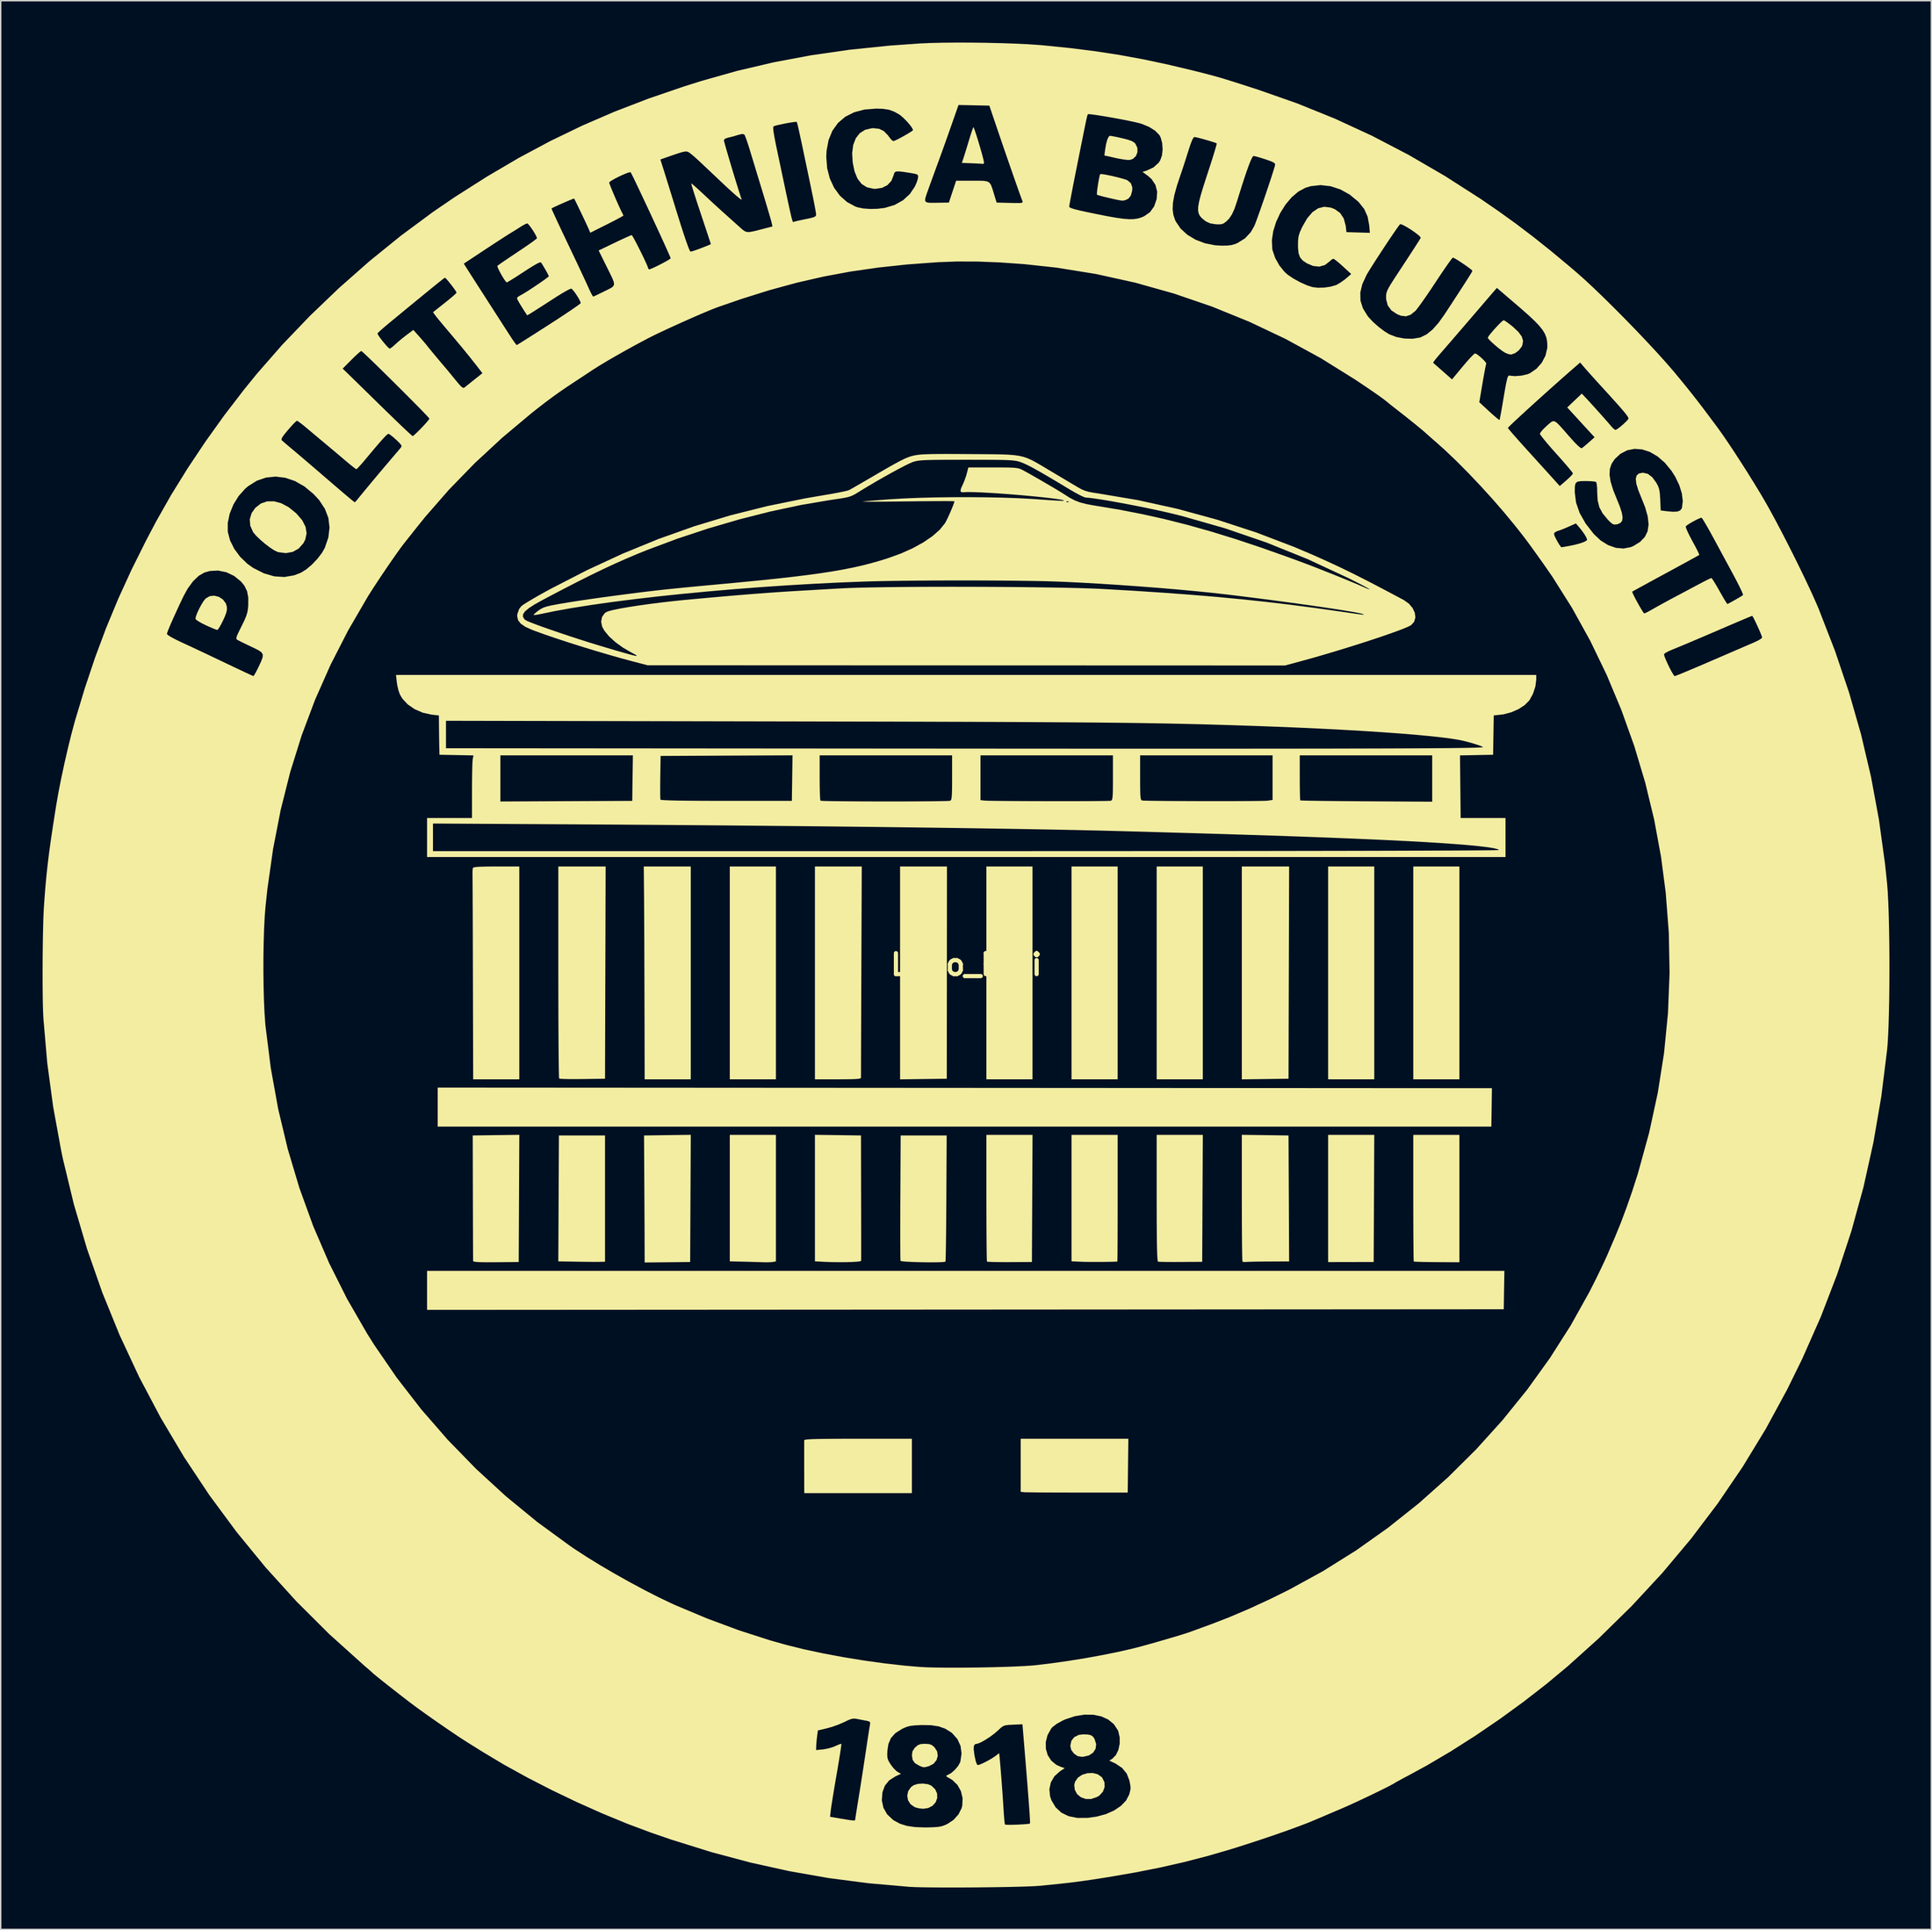
<source format=kicad_pcb>
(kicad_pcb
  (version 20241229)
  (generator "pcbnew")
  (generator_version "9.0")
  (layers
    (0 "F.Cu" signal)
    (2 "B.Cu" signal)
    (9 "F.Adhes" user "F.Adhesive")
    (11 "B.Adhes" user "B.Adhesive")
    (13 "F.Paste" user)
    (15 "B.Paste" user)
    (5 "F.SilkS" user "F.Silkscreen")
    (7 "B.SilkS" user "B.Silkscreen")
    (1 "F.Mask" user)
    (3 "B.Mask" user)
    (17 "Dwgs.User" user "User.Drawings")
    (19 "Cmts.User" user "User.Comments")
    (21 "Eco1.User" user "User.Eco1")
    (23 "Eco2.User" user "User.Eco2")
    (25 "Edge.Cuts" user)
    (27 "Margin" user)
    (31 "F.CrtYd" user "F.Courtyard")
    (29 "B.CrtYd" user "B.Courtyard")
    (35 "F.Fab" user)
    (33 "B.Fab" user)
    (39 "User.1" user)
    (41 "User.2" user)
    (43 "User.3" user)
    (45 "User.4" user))
  (footprint "Logo_Poli"
    (layer "F.Cu")
    (at 66.135 66.025)
    (property "Reference" "Logo_Poli" (at 0 0 0) (layer "F.SilkS") (effects (font (size 1.5 1.5) (thickness 0.3))))
    (attr board_only exclude_from_pos_files exclude_from_bom)
    (fp_poly (pts (xy -13.631 0.593) (xy -13.631 8.213) (xy -15.282 8.213) (xy -16.933 8.213) (xy -16.933 0.593) (xy -16.933 -7.027) (xy -15.282 -7.027) (xy -13.631 -7.027)) (stroke (width 0) (type solid)) (fill yes) (layer "F.SilkS"))
    (fp_poly (pts (xy -1.391 0.572) (xy -1.397 8.17) (xy -3.069 8.193) (xy -4.741 8.216) (xy -4.741 0.594) (xy -4.741 -7.027) (xy -3.063 -7.027) (xy -1.384 -7.027)) (stroke (width 0) (type solid)) (fill yes) (layer "F.SilkS"))
    (fp_poly (pts (xy 4.741 0.593) (xy 4.741 8.213) (xy 3.09 8.213) (xy 1.439 8.213) (xy 1.439 0.593) (xy 1.439 -7.027) (xy 3.09 -7.027) (xy 4.741 -7.027)) (stroke (width 0) (type solid)) (fill yes) (layer "F.SilkS"))
    (fp_poly (pts (xy 10.837 0.593) (xy 10.837 8.213) (xy 9.186 8.213) (xy 7.535 8.213) (xy 7.535 0.593) (xy 7.535 -7.027) (xy 9.186 -7.027) (xy 10.837 -7.027)) (stroke (width 0) (type solid)) (fill yes) (layer "F.SilkS"))
    (fp_poly (pts (xy 16.933 0.593) (xy 16.933 8.213) (xy 15.282 8.213) (xy 13.631 8.213) (xy 13.631 0.593) (xy 13.631 -7.027) (xy 15.282 -7.027) (xy 16.933 -7.027)) (stroke (width 0) (type solid)) (fill yes) (layer "F.SilkS"))
    (fp_poly (pts (xy 23.093 0.572) (xy 23.072 8.17) (xy 21.399 8.193) (xy 19.727 8.216) (xy 19.727 0.594) (xy 19.727 -7.027) (xy 21.421 -7.027) (xy 23.115 -7.027)) (stroke (width 0) (type solid)) (fill yes) (layer "F.SilkS"))
    (fp_poly (pts (xy 29.19 16.743) (xy 29.168 21.294) (xy 27.538 21.296) (xy 25.908 21.299) (xy 25.908 16.745) (xy 25.908 12.192) (xy 27.56 12.192) (xy 29.211 12.192)) (stroke (width 0) (type solid)) (fill yes) (layer "F.SilkS"))
    (fp_poly (pts (xy 29.21 0.593) (xy 29.21 8.213) (xy 27.559 8.213) (xy 25.908 8.213) (xy 25.908 0.593) (xy 25.908 -7.027) (xy 27.559 -7.027) (xy 29.21 -7.027)) (stroke (width 0) (type solid)) (fill yes) (layer "F.SilkS"))
    (fp_poly (pts (xy 35.306 0.593) (xy 35.306 8.213) (xy 33.655 8.213) (xy 32.004 8.213) (xy 32.004 0.593) (xy 32.004 -7.027) (xy 33.655 -7.027) (xy 35.306 -7.027)) (stroke (width 0) (type solid)) (fill yes) (layer "F.SilkS"))
    (fp_poly (pts (xy 38.504 23.305) (xy 38.481 24.68) (xy -0.064 24.702) (xy -38.608 24.723) (xy -38.608 23.326) (xy -38.608 21.929) (xy -0.04 21.929) (xy 38.528 21.929)) (stroke (width 0) (type solid)) (fill yes) (layer "F.SilkS"))
    (fp_poly (pts (xy -0.106 8.826) (xy 37.634 8.848) (xy 37.624 9.567) (xy 37.618 10.016) (xy 37.61 10.506) (xy 37.603 10.934) (xy 37.603 10.943) (xy 37.592 11.599) (xy -0.127 11.599) (xy -37.846 11.599) (xy -37.846 10.202) (xy -37.846 8.805)) (stroke (width 0) (type solid)) (fill yes) (layer "F.SilkS"))
    (fp_poly (pts (xy -25.866 16.754) (xy -25.866 21.274) (xy -26.289 21.284) (xy -26.529 21.286) (xy -26.894 21.284) (xy -27.339 21.28) (xy -27.821 21.273) (xy -27.962 21.27) (xy -29.211 21.247) (xy -29.19 16.741) (xy -29.168 12.234) (xy -27.517 12.234) (xy -25.866 12.234)) (stroke (width 0) (type solid)) (fill yes) (layer "F.SilkS"))
    (fp_poly (pts (xy -19.748 16.741) (xy -19.77 21.294) (xy -21.399 21.311) (xy -23.029 21.328) (xy -23.034 19.872) (xy -23.035 19.43) (xy -23.037 18.853) (xy -23.04 18.171) (xy -23.044 17.417) (xy -23.048 16.625) (xy -23.052 15.826) (xy -23.055 15.325) (xy -23.072 12.234) (xy -21.399 12.211) (xy -19.726 12.188)) (stroke (width 0) (type solid)) (fill yes) (layer "F.SilkS"))
    (fp_poly (pts (xy -13.631 16.72) (xy -13.631 21.248) (xy -13.822 21.288) (xy -14.01 21.307) (xy -14.294 21.314) (xy -14.52 21.311) (xy -14.824 21.301) (xy -15.234 21.29) (xy -15.688 21.277) (xy -15.981 21.27) (xy -16.933 21.246) (xy -16.933 16.719) (xy -16.933 12.192) (xy -15.282 12.192) (xy -13.631 12.192)) (stroke (width 0) (type solid)) (fill yes) (layer "F.SilkS"))
    (fp_poly (pts (xy 11.58 35.877) (xy 11.557 37.804) (xy 7.959 37.804) (xy 7.186 37.803) (xy 6.459 37.801) (xy 5.797 37.799) (xy 5.219 37.795) (xy 4.743 37.79) (xy 4.39 37.785) (xy 4.177 37.78) (xy 4.128 37.777) (xy 3.895 37.75) (xy 3.895 35.851) (xy 3.895 33.951) (xy 7.749 33.951) (xy 11.603 33.951)) (stroke (width 0) (type solid)) (fill yes) (layer "F.SilkS"))
    (fp_poly (pts (xy -19.727 0.593) (xy -19.727 8.213) (xy -21.378 8.213) (xy -23.029 8.213) (xy -23.042 2.477) (xy -23.045 1.442) (xy -23.048 0.409) (xy -23.051 -0.602) (xy -23.054 -1.572) (xy -23.058 -2.478) (xy -23.062 -3.302) (xy -23.066 -4.022) (xy -23.069 -4.618) (xy -23.073 -5.07) (xy -23.074 -5.144) (xy -23.092 -7.027) (xy -21.41 -7.027) (xy -19.727 -7.027)) (stroke (width 0) (type solid)) (fill yes) (layer "F.SilkS"))
    (fp_poly (pts (xy 9.409 57.977) (xy 9.697 58.181) (xy 9.733 58.223) (xy 9.892 58.547) (xy 9.904 58.895) (xy 9.781 59.225) (xy 9.532 59.498) (xy 9.358 59.604) (xy 8.936 59.75) (xy 8.548 59.746) (xy 8.213 59.626) (xy 7.936 59.402) (xy 7.769 59.089) (xy 7.731 58.738) (xy 7.788 58.509) (xy 7.992 58.218) (xy 8.299 58.012) (xy 8.667 57.9) (xy 9.052 57.886)) (stroke (width 0) (type solid)) (fill yes) (layer "F.SilkS"))
    (fp_poly (pts (xy -2.754 58.688) (xy -2.508 58.787) (xy -2.229 59.05) (xy -2.09 59.358) (xy -2.082 59.677) (xy -2.191 59.978) (xy -2.409 60.227) (xy -2.722 60.394) (xy -3.09 60.448) (xy -3.389 60.416) (xy -3.668 60.341) (xy -3.693 60.33) (xy -3.994 60.121) (xy -4.173 59.833) (xy -4.228 59.506) (xy -4.158 59.182) (xy -3.962 58.899) (xy -3.762 58.756) (xy -3.467 58.665) (xy -3.105 58.643)) (stroke (width 0) (type solid)) (fill yes) (layer "F.SilkS"))
    (fp_poly (pts (xy 8.714 55.132) (xy 8.938 55.186) (xy 9.087 55.3) (xy 9.189 55.463) (xy 9.299 55.824) (xy 9.257 56.154) (xy 9.079 56.429) (xy 8.784 56.626) (xy 8.388 56.721) (xy 8.257 56.727) (xy 7.974 56.678) (xy 7.728 56.509) (xy 7.698 56.479) (xy 7.512 56.231) (xy 7.451 55.956) (xy 7.451 55.922) (xy 7.525 55.576) (xy 7.734 55.315) (xy 8.056 55.157) (xy 8.369 55.118)) (stroke (width 0) (type solid)) (fill yes) (layer "F.SilkS"))
    (fp_poly (pts (xy 16.913 16.737) (xy 16.891 21.281) (xy 15.357 21.291) (xy 14.86 21.293) (xy 14.42 21.291) (xy 14.064 21.286) (xy 13.823 21.278) (xy 13.727 21.269) (xy 13.704 21.209) (xy 13.685 21.04) (xy 13.669 20.754) (xy 13.656 20.342) (xy 13.646 19.798) (xy 13.639 19.112) (xy 13.634 18.277) (xy 13.632 17.285) (xy 13.631 16.715) (xy 13.631 12.192) (xy 15.283 12.192) (xy 16.935 12.192)) (stroke (width 0) (type solid)) (fill yes) (layer "F.SilkS"))
    (fp_poly (pts (xy -32.024 16.741) (xy -32.046 21.294) (xy -33.676 21.309) (xy -34.283 21.312) (xy -34.734 21.306) (xy -35.046 21.292) (xy -35.232 21.268) (xy -35.308 21.234) (xy -35.311 21.224) (xy -35.312 21.123) (xy -35.313 20.868) (xy -35.315 20.476) (xy -35.317 19.963) (xy -35.319 19.345) (xy -35.322 18.639) (xy -35.324 17.859) (xy -35.326 17.024) (xy -35.327 16.679) (xy -35.338 12.234) (xy -33.67 12.211) (xy -32.003 12.188)) (stroke (width 0) (type solid)) (fill yes) (layer "F.SilkS"))
    (fp_poly (pts (xy 4.721 16.743) (xy 4.699 21.294) (xy 3.112 21.301) (xy 2.611 21.301) (xy 2.17 21.297) (xy 1.817 21.29) (xy 1.579 21.279) (xy 1.482 21.266) (xy 1.482 21.266) (xy 1.474 21.175) (xy 1.466 20.931) (xy 1.459 20.55) (xy 1.453 20.046) (xy 1.448 19.435) (xy 1.444 18.734) (xy 1.441 17.958) (xy 1.44 17.122) (xy 1.439 16.708) (xy 1.439 12.192) (xy 3.091 12.192) (xy 4.743 12.192)) (stroke (width 0) (type solid)) (fill yes) (layer "F.SilkS"))
    (fp_poly (pts (xy 35.306 16.752) (xy 35.306 21.312) (xy 33.69 21.303) (xy 33.185 21.298) (xy 32.741 21.291) (xy 32.385 21.281) (xy 32.142 21.271) (xy 32.041 21.259) (xy 32.039 21.258) (xy 32.033 21.169) (xy 32.026 20.927) (xy 32.021 20.546) (xy 32.016 20.044) (xy 32.011 19.434) (xy 32.008 18.734) (xy 32.005 17.958) (xy 32.004 17.123) (xy 32.004 16.708) (xy 32.004 12.192) (xy 33.655 12.192) (xy 35.306 12.192)) (stroke (width 0) (type solid)) (fill yes) (layer "F.SilkS"))
    (fp_poly (pts (xy -25.844 0.572) (xy -25.866 8.17) (xy -27.48 8.193) (xy -27.986 8.198) (xy -28.434 8.196) (xy -28.795 8.188) (xy -29.043 8.176) (xy -29.151 8.159) (xy -29.152 8.158) (xy -29.16 8.067) (xy -29.169 7.818) (xy -29.176 7.424) (xy -29.183 6.898) (xy -29.19 6.25) (xy -29.196 5.494) (xy -29.201 4.641) (xy -29.205 3.703) (xy -29.208 2.693) (xy -29.209 1.623) (xy -29.21 0.536) (xy -29.21 -7.027) (xy -27.516 -7.027) (xy -25.822 -7.027)) (stroke (width 0) (type solid)) (fill yes) (layer "F.SilkS"))
    (fp_poly (pts (xy -9.189 12.211) (xy -7.54 12.234) (xy -7.531 16.679) (xy -7.529 17.533) (xy -7.528 18.335) (xy -7.527 19.071) (xy -7.526 19.725) (xy -7.526 20.28) (xy -7.526 20.72) (xy -7.527 21.029) (xy -7.528 21.192) (xy -7.529 21.212) (xy -7.611 21.245) (xy -7.834 21.272) (xy -8.167 21.291) (xy -8.581 21.304) (xy -9.048 21.307) (xy -9.538 21.302) (xy -10.021 21.288) (xy -10.266 21.276) (xy -10.837 21.244) (xy -10.837 16.716) (xy -10.837 12.188)) (stroke (width 0) (type solid)) (fill yes) (layer "F.SilkS"))
    (fp_poly (pts (xy -7.514 0.487) (xy -7.518 1.602) (xy -7.522 2.669) (xy -7.526 3.676) (xy -7.529 4.611) (xy -7.532 5.462) (xy -7.535 6.216) (xy -7.537 6.861) (xy -7.538 7.385) (xy -7.539 7.776) (xy -7.54 8.021) (xy -7.539 8.107) (xy -7.578 8.145) (xy -7.707 8.174) (xy -7.945 8.194) (xy -8.307 8.206) (xy -8.812 8.212) (xy -9.186 8.213) (xy -10.837 8.213) (xy -10.837 0.593) (xy -10.837 -7.027) (xy -9.161 -7.027) (xy -7.484 -7.027)) (stroke (width 0) (type solid)) (fill yes) (layer "F.SilkS"))
    (fp_poly (pts (xy 10.415 -59.333) (xy 10.666 -59.285) (xy 10.994 -59.214) (xy 11.169 -59.174) (xy 11.571 -59.072) (xy 11.842 -58.977) (xy 12.017 -58.874) (xy 12.107 -58.782) (xy 12.248 -58.491) (xy 12.256 -58.184) (xy 12.148 -57.906) (xy 11.939 -57.702) (xy 11.712 -57.621) (xy 11.525 -57.623) (xy 11.225 -57.66) (xy 10.863 -57.725) (xy 10.679 -57.764) (xy 9.886 -57.943) (xy 9.936 -58.33) (xy 10.007 -58.755) (xy 10.097 -59.083) (xy 10.197 -59.29) (xy 10.285 -59.351)) (stroke (width 0) (type solid)) (fill yes) (layer "F.SilkS"))
    (fp_poly (pts (xy 21.399 12.211) (xy 23.072 12.234) (xy 23.094 16.743) (xy 23.115 21.251) (xy 21.739 21.257) (xy 21.251 21.26) (xy 20.804 21.266) (xy 20.434 21.274) (xy 20.175 21.283) (xy 20.091 21.289) (xy 19.89 21.294) (xy 19.776 21.271) (xy 19.774 21.269) (xy 19.765 21.178) (xy 19.757 20.934) (xy 19.749 20.551) (xy 19.742 20.046) (xy 19.737 19.435) (xy 19.732 18.734) (xy 19.729 17.957) (xy 19.728 17.121) (xy 19.727 16.706) (xy 19.727 12.188)) (stroke (width 0) (type solid)) (fill yes) (layer "F.SilkS"))
    (fp_poly (pts (xy 10.837 16.722) (xy 10.837 17.58) (xy 10.836 18.385) (xy 10.834 19.122) (xy 10.832 19.775) (xy 10.829 20.329) (xy 10.826 20.767) (xy 10.822 21.075) (xy 10.818 21.237) (xy 10.816 21.258) (xy 10.703 21.268) (xy 10.456 21.277) (xy 10.114 21.284) (xy 9.713 21.288) (xy 9.289 21.29) (xy 8.879 21.289) (xy 8.52 21.285) (xy 8.249 21.277) (xy 8.234 21.276) (xy 7.535 21.244) (xy 7.535 16.718) (xy 7.535 12.192) (xy 9.186 12.192) (xy 10.837 12.192)) (stroke (width 0) (type solid)) (fill yes) (layer "F.SilkS"))
    (fp_poly (pts (xy -3.895 35.899) (xy -3.895 37.846) (xy -7.747 37.846) (xy -11.599 37.846) (xy -11.601 37.613) (xy -11.602 37.349) (xy -11.603 36.981) (xy -11.604 36.542) (xy -11.605 36.062) (xy -11.605 35.573) (xy -11.605 35.104) (xy -11.605 34.686) (xy -11.605 34.352) (xy -11.604 34.131) (xy -11.603 34.057) (xy -11.568 34.031) (xy -11.458 34.01) (xy -11.259 33.992) (xy -10.961 33.978) (xy -10.551 33.967) (xy -10.017 33.96) (xy -9.348 33.955) (xy -8.531 33.952) (xy -7.747 33.951) (xy -3.895 33.951)) (stroke (width 0) (type solid)) (fill yes) (layer "F.SilkS"))
    (fp_poly (pts (xy -2.674 55.812) (xy -2.477 55.88) (xy -2.295 56.027) (xy -2.279 56.043) (xy -2.089 56.336) (xy -2.043 56.655) (xy -2.131 56.963) (xy -2.342 57.221) (xy -2.664 57.392) (xy -2.692 57.401) (xy -2.913 57.46) (xy -3.05 57.475) (xy -3.184 57.44) (xy -3.378 57.357) (xy -3.68 57.178) (xy -3.842 56.944) (xy -3.892 56.614) (xy -3.892 56.614) (xy -3.853 56.335) (xy -3.704 56.102) (xy -3.647 56.043) (xy -3.463 55.888) (xy -3.27 55.815) (xy -2.991 55.795) (xy -2.963 55.795)) (stroke (width 0) (type solid)) (fill yes) (layer "F.SilkS"))
    (fp_poly (pts (xy -32.004 0.593) (xy -32.004 8.213) (xy -33.655 8.213) (xy -35.306 8.213) (xy -35.324 1.079) (xy -35.327 -0.014) (xy -35.33 -1.065) (xy -35.333 -2.061) (xy -35.336 -2.989) (xy -35.339 -3.834) (xy -35.343 -4.584) (xy -35.345 -5.226) (xy -35.348 -5.746) (xy -35.351 -6.132) (xy -35.353 -6.369) (xy -35.354 -6.435) (xy -35.353 -6.69) (xy -35.337 -6.881) (xy -35.327 -6.921) (xy -35.268 -6.96) (xy -35.113 -6.989) (xy -34.845 -7.009) (xy -34.448 -7.022) (xy -33.905 -7.027) (xy -33.646 -7.027) (xy -32.004 -7.027)) (stroke (width 0) (type solid)) (fill yes) (layer "F.SilkS"))
    (fp_poly (pts (xy 0.543 -59.909) (xy 0.614 -59.721) (xy 0.71 -59.434) (xy 0.822 -59.081) (xy 0.938 -58.695) (xy 1.051 -58.308) (xy 1.149 -57.953) (xy 1.224 -57.662) (xy 1.265 -57.468) (xy 1.27 -57.419) (xy 1.229 -57.337) (xy 1.206 -57.337) (xy 1.098 -57.348) (xy 0.864 -57.362) (xy 0.546 -57.377) (xy 0.413 -57.382) (xy -0.317 -57.41) (xy -0.211 -57.725) (xy -0.143 -57.935) (xy -0.042 -58.259) (xy 0.077 -58.649) (xy 0.174 -58.97) (xy 0.289 -59.346) (xy 0.391 -59.661) (xy 0.468 -59.88) (xy 0.507 -59.966)) (stroke (width 0) (type solid)) (fill yes) (layer "F.SilkS"))
    (fp_poly (pts (xy -49.052 -33.04) (xy -48.522 -32.758) (xy -47.996 -32.335) (xy -47.953 -32.294) (xy -47.546 -31.818) (xy -47.306 -31.348) (xy -47.233 -30.886) (xy -47.328 -30.436) (xy -47.47 -30.166) (xy -47.806 -29.791) (xy -48.226 -29.556) (xy -48.711 -29.467) (xy -49.239 -29.532) (xy -49.306 -29.551) (xy -49.546 -29.665) (xy -49.86 -29.87) (xy -50.207 -30.134) (xy -50.548 -30.424) (xy -50.841 -30.706) (xy -51.047 -30.949) (xy -51.069 -30.982) (xy -51.268 -31.436) (xy -51.301 -31.892) (xy -51.169 -32.333) (xy -50.9 -32.713) (xy -50.51 -33.018) (xy -50.062 -33.172) (xy -49.57 -33.179)) (stroke (width 0) (type solid)) (fill yes) (layer "F.SilkS"))
    (fp_poly (pts (xy -53.509 -26.333) (xy -53.222 -26.145) (xy -53.017 -25.869) (xy -52.945 -25.637) (xy -52.936 -25.441) (xy -52.978 -25.222) (xy -53.084 -24.935) (xy -53.216 -24.643) (xy -53.368 -24.34) (xy -53.504 -24.107) (xy -53.602 -23.979) (xy -53.629 -23.965) (xy -53.742 -24) (xy -53.969 -24.091) (xy -54.271 -24.222) (xy -54.441 -24.299) (xy -54.758 -24.456) (xy -55.01 -24.603) (xy -55.161 -24.718) (xy -55.187 -24.757) (xy -55.164 -24.915) (xy -55.072 -25.168) (xy -54.932 -25.471) (xy -54.768 -25.777) (xy -54.604 -26.041) (xy -54.461 -26.217) (xy -54.459 -26.219) (xy -54.168 -26.386) (xy -53.838 -26.419)) (stroke (width 0) (type solid)) (fill yes) (layer "F.SilkS"))
    (fp_poly (pts (xy 38.58 -46.092) (xy 38.777 -45.956) (xy 39.032 -45.76) (xy 39.138 -45.673) (xy 39.531 -45.305) (xy 39.771 -44.976) (xy 39.863 -44.668) (xy 39.816 -44.367) (xy 39.761 -44.247) (xy 39.561 -43.987) (xy 39.296 -43.788) (xy 39.027 -43.692) (xy 38.976 -43.689) (xy 38.791 -43.727) (xy 38.577 -43.816) (xy 38.391 -43.934) (xy 38.15 -44.115) (xy 37.891 -44.329) (xy 37.647 -44.545) (xy 37.455 -44.732) (xy 37.348 -44.861) (xy 37.338 -44.889) (xy 37.392 -44.994) (xy 37.535 -45.181) (xy 37.734 -45.416) (xy 37.958 -45.664) (xy 38.175 -45.891) (xy 38.355 -46.062) (xy 38.465 -46.141) (xy 38.475 -46.143)) (stroke (width 0) (type solid)) (fill yes) (layer "F.SilkS"))
    (fp_poly (pts (xy 9.911 -56.579) (xy 10.216 -56.52) (xy 10.564 -56.443) (xy 10.913 -56.357) (xy 11.225 -56.273) (xy 11.457 -56.198) (xy 11.54 -56.163) (xy 11.785 -55.954) (xy 11.887 -55.655) (xy 11.876 -55.414) (xy 11.782 -55.072) (xy 11.616 -54.859) (xy 11.462 -54.775) (xy 11.344 -54.733) (xy 11.238 -54.711) (xy 11.108 -54.713) (xy 10.919 -54.743) (xy 10.635 -54.803) (xy 10.225 -54.897) (xy 9.872 -54.982) (xy 9.585 -55.057) (xy 9.401 -55.112) (xy 9.355 -55.133) (xy 9.349 -55.229) (xy 9.369 -55.444) (xy 9.408 -55.728) (xy 9.457 -56.035) (xy 9.509 -56.316) (xy 9.557 -56.524) (xy 9.59 -56.608) (xy 9.689 -56.611)) (stroke (width 0) (type solid)) (fill yes) (layer "F.SilkS"))
    (fp_poly (pts (xy -1.428 16.719) (xy -1.433 17.575) (xy -1.439 18.379) (xy -1.446 19.117) (xy -1.454 19.772) (xy -1.462 20.327) (xy -1.47 20.768) (xy -1.479 21.079) (xy -1.487 21.243) (xy -1.49 21.265) (xy -1.586 21.289) (xy -1.818 21.305) (xy -2.153 21.314) (xy -2.56 21.317) (xy -3.005 21.313) (xy -3.458 21.304) (xy -3.884 21.29) (xy -4.253 21.272) (xy -4.532 21.249) (xy -4.688 21.223) (xy -4.71 21.21) (xy -4.716 21.112) (xy -4.721 20.859) (xy -4.724 20.47) (xy -4.727 19.959) (xy -4.728 19.344) (xy -4.727 18.639) (xy -4.726 17.861) (xy -4.723 17.026) (xy -4.721 16.679) (xy -4.699 12.234) (xy -3.051 12.234) (xy -1.404 12.234)) (stroke (width 0) (type solid)) (fill yes) (layer "F.SilkS"))
    (fp_poly (pts (xy 40.809 -20.42) (xy 40.746 -19.915) (xy 40.573 -19.392) (xy 40.318 -18.93) (xy 40.299 -18.905) (xy 39.98 -18.583) (xy 39.539 -18.298) (xy 39.026 -18.071) (xy 38.489 -17.929) (xy 38.316 -17.904) (xy 37.765 -17.845) (xy 37.742 -16.437) (xy 37.719 -15.028) (xy 36.534 -15.005) (xy 35.348 -14.982) (xy 35.372 -12.74) (xy 35.396 -10.499) (xy 37.002 -10.499) (xy 38.608 -10.499) (xy 38.608 -9.102) (xy 38.608 -7.705) (xy 0 -7.705) (xy -38.608 -7.705) (xy -38.608 -9.102) (xy -38.608 -9.116) (xy -38.185 -9.116) (xy -38.185 -8.128) (xy 0.005 -8.128) (xy 2.919 -8.128) (xy 5.744 -8.129) (xy 8.476 -8.13) (xy 11.112 -8.131) (xy 13.649 -8.132) (xy 16.082 -8.134) (xy 18.409 -8.136) (xy 20.625 -8.138) (xy 22.727 -8.141) (xy 24.711 -8.144) (xy 26.574 -8.147) (xy 28.311 -8.15) (xy 29.92 -8.154) (xy 31.397 -8.158) (xy 32.738 -8.162) (xy 33.94 -8.167) (xy 34.998 -8.171) (xy 35.91 -8.176) (xy 36.672 -8.181) (xy 37.279 -8.187) (xy 37.729 -8.192) (xy 38.018 -8.198) (xy 38.142 -8.204) (xy 38.147 -8.205) (xy 38.022 -8.273) (xy 37.731 -8.343) (xy 37.28 -8.414) (xy 36.673 -8.487) (xy 35.914 -8.56) (xy 35.006 -8.633) (xy 33.956 -8.707) (xy 32.766 -8.78) (xy 31.441 -8.852) (xy 29.986 -8.923) (xy 29.803 -8.932) (xy 28.755 -8.979) (xy 27.692 -9.024) (xy 26.602 -9.069) (xy 25.472 -9.113) (xy 24.29 -9.156) (xy 23.043 -9.2) (xy 21.718 -9.245) (xy 20.303 -9.29) (xy 18.786 -9.338) (xy 17.154 -9.387) (xy 15.395 -9.438) (xy 13.496 -9.492) (xy 11.444 -9.549) (xy 10.71 -9.569) (xy 9.508 -9.6) (xy 8.146 -9.631) (xy 6.634 -9.662) (xy 4.982 -9.693) (xy 3.199 -9.723) (xy 1.296 -9.753) (xy -0.719 -9.783) (xy -2.835 -9.812) (xy -5.042 -9.84) (xy -7.332 -9.868) (xy -9.694 -9.894) (xy -12.118 -9.919) (xy -14.595 -9.943) (xy -17.115 -9.966) (xy -19.669 -9.987) (xy -22.247 -10.007) (xy -24.838 -10.025) (xy -27.434 -10.041) (xy -27.961 -10.045) (xy -38.185 -10.103) (xy -38.185 -9.116) (xy -38.608 -9.116) (xy -38.608 -10.499) (xy -36.999 -10.499) (xy -35.391 -10.499) (xy -35.391 -12.478) (xy -35.388 -13.055) (xy -35.385 -13.334) (xy -33.359 -13.334) (xy -33.359 -11.683) (xy -28.639 -11.704) (xy -23.918 -11.726) (xy -23.908 -12.492) (xy -21.917 -12.492) (xy -21.914 -12.141) (xy -21.908 -11.904) (xy -21.899 -11.814) (xy -21.809 -11.792) (xy -21.556 -11.773) (xy -21.14 -11.758) (xy -20.558 -11.745) (xy -19.811 -11.736) (xy -18.897 -11.73) (xy -17.816 -11.727) (xy -17.177 -11.726) (xy -12.488 -11.726) (xy -12.465 -13.357) (xy -12.465 -13.391) (xy -10.499 -13.391) (xy -10.496 -12.888) (xy -10.488 -12.444) (xy -10.476 -12.087) (xy -10.46 -11.843) (xy -10.443 -11.741) (xy -10.442 -11.74) (xy -10.349 -11.729) (xy -10.105 -11.719) (xy -9.73 -11.71) (xy -9.241 -11.703) (xy -8.66 -11.697) (xy -8.003 -11.692) (xy -7.29 -11.688) (xy -6.54 -11.686) (xy -5.771 -11.685) (xy -5.003 -11.685) (xy -4.255 -11.687) (xy -3.545 -11.69) (xy -2.892 -11.695) (xy -2.316 -11.7) (xy -1.834 -11.708) (xy -1.466 -11.716) (xy -1.231 -11.726) (xy -1.15 -11.735) (xy -1.103 -11.773) (xy -1.068 -11.86) (xy -1.043 -12.018) (xy -1.028 -12.27) (xy -1.019 -12.637) (xy -1.016 -13.143) (xy -1.016 -13.383) (xy 1.016 -13.383) (xy 1.016 -11.779) (xy 1.291 -11.748) (xy 1.447 -11.74) (xy 1.747 -11.732) (xy 2.172 -11.726) (xy 2.702 -11.72) (xy 3.318 -11.715) (xy 4.001 -11.711) (xy 4.731 -11.708) (xy 5.488 -11.706) (xy 6.254 -11.704) (xy 7.008 -11.704) (xy 7.732 -11.705) (xy 8.406 -11.707) (xy 9.011 -11.71) (xy 9.526 -11.715) (xy 9.933 -11.72) (xy 10.213 -11.727) (xy 10.345 -11.734) (xy 10.351 -11.736) (xy 10.402 -11.765) (xy 10.441 -11.831) (xy 10.467 -11.958) (xy 10.484 -12.168) (xy 10.494 -12.484) (xy 10.498 -12.929) (xy 10.499 -13.383) (xy 10.499 -13.384) (xy 12.446 -13.384) (xy 12.447 -12.822) (xy 12.453 -12.406) (xy 12.464 -12.116) (xy 12.483 -11.927) (xy 12.512 -11.819) (xy 12.552 -11.768) (xy 12.589 -11.754) (xy 12.719 -11.745) (xy 12.998 -11.737) (xy 13.407 -11.73) (xy 13.925 -11.724) (xy 14.533 -11.718) (xy 15.21 -11.714) (xy 15.938 -11.711) (xy 16.695 -11.708) (xy 17.463 -11.707) (xy 18.22 -11.707) (xy 18.948 -11.708) (xy 19.626 -11.711) (xy 20.235 -11.714) (xy 20.753 -11.719) (xy 21.163 -11.725) (xy 21.443 -11.732) (xy 21.569 -11.739) (xy 21.929 -11.791) (xy 21.929 -13.388) (xy 21.929 -13.391) (xy 23.876 -13.391) (xy 23.878 -12.89) (xy 23.883 -12.449) (xy 23.891 -12.096) (xy 23.901 -11.858) (xy 23.912 -11.761) (xy 23.913 -11.76) (xy 24.002 -11.753) (xy 24.245 -11.745) (xy 24.626 -11.737) (xy 25.131 -11.729) (xy 25.744 -11.721) (xy 26.449 -11.713) (xy 27.232 -11.706) (xy 28.076 -11.699) (xy 28.654 -11.696) (xy 33.359 -11.667) (xy 33.359 -13.327) (xy 33.359 -14.986) (xy 28.617 -14.986) (xy 23.876 -14.986) (xy 23.876 -13.391) (xy 21.929 -13.391) (xy 21.929 -14.986) (xy 17.187 -14.986) (xy 12.446 -14.986) (xy 12.446 -13.384) (xy 10.499 -13.384) (xy 10.499 -14.986) (xy 5.757 -14.986) (xy 1.016 -14.986) (xy 1.016 -13.383) (xy -1.016 -13.383) (xy -1.016 -13.386) (xy -1.016 -14.986) (xy -5.757 -14.986) (xy -10.499 -14.986) (xy -10.499 -13.391) (xy -12.465 -13.391) (xy -12.442 -14.987) (xy -17.164 -14.966) (xy -21.886 -14.944) (xy -21.91 -13.423) (xy -21.915 -12.929) (xy -21.917 -12.492) (xy -23.908 -12.492) (xy -23.895 -13.356) (xy -23.872 -14.986) (xy -28.616 -14.986) (xy -33.359 -14.986) (xy -33.359 -13.334) (xy -35.385 -13.334) (xy -35.382 -13.59) (xy -35.373 -14.052) (xy -35.361 -14.417) (xy -35.346 -14.654) (xy -35.338 -14.719) (xy -35.286 -14.981) (xy -36.502 -15.005) (xy -37.719 -15.028) (xy -37.732 -15.494) (xy -37.738 -15.779) (xy -37.744 -16.172) (xy -37.748 -16.477) (xy -37.253 -16.477) (xy -37.253 -15.494) (xy -7.176 -15.473) (xy -3.813 -15.471) (xy -0.617 -15.469) (xy 2.418 -15.467) (xy 5.295 -15.466) (xy 8.017 -15.464) (xy 10.589 -15.464) (xy 13.014 -15.463) (xy 15.297 -15.463) (xy 17.44 -15.463) (xy 19.447 -15.464) (xy 21.324 -15.465) (xy 23.072 -15.466) (xy 24.696 -15.468) (xy 26.199 -15.47) (xy 27.587 -15.473) (xy 28.861 -15.476) (xy 30.026 -15.479) (xy 31.086 -15.483) (xy 32.045 -15.487) (xy 32.906 -15.492) (xy 33.672 -15.497) (xy 34.349 -15.502) (xy 34.939 -15.509) (xy 35.447 -15.515) (xy 35.875 -15.522) (xy 36.229 -15.53) (xy 36.511 -15.538) (xy 36.726 -15.547) (xy 36.876 -15.556) (xy 36.967 -15.565) (xy 37.001 -15.576) (xy 36.999 -15.581) (xy 36.829 -15.659) (xy 36.539 -15.761) (xy 36.177 -15.871) (xy 35.789 -15.977) (xy 35.422 -16.063) (xy 35.299 -16.088) (xy 34.72 -16.183) (xy 33.982 -16.278) (xy 33.097 -16.373) (xy 32.075 -16.468) (xy 30.926 -16.56) (xy 29.662 -16.651) (xy 28.293 -16.739) (xy 26.83 -16.823) (xy 25.284 -16.902) (xy 23.665 -16.976) (xy 21.985 -17.044) (xy 20.362 -17.102) (xy 19.555 -17.129) (xy 18.771 -17.154) (xy 18.004 -17.177) (xy 17.244 -17.199) (xy 16.486 -17.219) (xy 15.72 -17.237) (xy 14.94 -17.254) (xy 14.137 -17.27) (xy 13.304 -17.285) (xy 12.433 -17.299) (xy 11.517 -17.311) (xy 10.547 -17.322) (xy 9.516 -17.333) (xy 8.417 -17.342) (xy 7.241 -17.351) (xy 5.98 -17.359) (xy 4.628 -17.367) (xy 3.177 -17.374) (xy 1.618 -17.38) (xy -0.056 -17.386) (xy -1.853 -17.391) (xy -3.78 -17.397) (xy -5.846 -17.402) (xy -8.057 -17.406) (xy -10.421 -17.411) (xy -12.948 -17.416) (xy -13.06 -17.416) (xy -37.253 -17.461) (xy -37.253 -16.477) (xy -37.748 -16.477) (xy -37.75 -16.614) (xy -37.753 -16.901) (xy -37.761 -17.843) (xy -38.279 -17.901) (xy -38.909 -18.038) (xy -39.49 -18.289) (xy -39.991 -18.633) (xy -40.379 -19.051) (xy -40.546 -19.331) (xy -40.65 -19.617) (xy -40.736 -19.977) (xy -40.773 -20.214) (xy -40.831 -20.743) (xy -0.011 -20.743) (xy 40.809 -20.743)) (stroke (width 0) (type solid)) (fill yes) (layer "F.SilkS"))
    (fp_poly (pts (xy -0.526 -36.564) (xy 0.257 -36.559) (xy 1.144 -36.553) (xy 1.882 -36.547) (xy 2.493 -36.537) (xy 2.998 -36.517) (xy 3.418 -36.485) (xy 3.775 -36.434) (xy 4.088 -36.361) (xy 4.381 -36.262) (xy 4.673 -36.132) (xy 4.985 -35.967) (xy 5.339 -35.761) (xy 5.756 -35.512) (xy 6.011 -35.36) (xy 6.493 -35.073) (xy 6.967 -34.791) (xy 7.397 -34.535) (xy 7.748 -34.326) (xy 7.959 -34.2) (xy 8.239 -34.044) (xy 8.495 -33.934) (xy 8.78 -33.853) (xy 9.148 -33.785) (xy 9.437 -33.742) (xy 12.267 -33.267) (xy 15.116 -32.638) (xy 17.956 -31.862) (xy 20.758 -30.947) (xy 23.496 -29.901) (xy 24.723 -29.38) (xy 25.474 -29.046) (xy 26.186 -28.721) (xy 26.885 -28.392) (xy 27.595 -28.047) (xy 28.342 -27.672) (xy 29.154 -27.255) (xy 30.055 -26.782) (xy 31.071 -26.242) (xy 31.327 -26.106) (xy 31.691 -25.848) (xy 31.956 -25.534) (xy 32.113 -25.193) (xy 32.153 -24.856) (xy 32.067 -24.551) (xy 31.853 -24.313) (xy 31.661 -24.21) (xy 31.324 -24.067) (xy 30.861 -23.89) (xy 30.29 -23.685) (xy 29.628 -23.457) (xy 28.894 -23.213) (xy 28.107 -22.959) (xy 27.283 -22.7) (xy 26.443 -22.443) (xy 25.603 -22.193) (xy 24.782 -21.956) (xy 24.048 -21.753) (xy 22.823 -21.421) (xy 0.003 -21.428) (xy -22.818 -21.436) (xy -23.876 -21.712) (xy -24.718 -21.939) (xy -25.638 -22.201) (xy -26.602 -22.486) (xy -27.577 -22.785) (xy -28.529 -23.087) (xy -29.426 -23.382) (xy -30.234 -23.659) (xy -30.919 -23.907) (xy -31.072 -23.965) (xy -31.562 -24.185) (xy -31.897 -24.413) (xy -32.09 -24.662) (xy -32.146 -24.908) (xy -31.743 -24.908) (xy -31.636 -24.734) (xy -31.589 -24.688) (xy -31.458 -24.616) (xy -31.186 -24.501) (xy -30.792 -24.35) (xy -30.297 -24.169) (xy -29.72 -23.967) (xy -29.082 -23.749) (xy -28.403 -23.522) (xy -27.703 -23.294) (xy -27.003 -23.071) (xy -26.321 -22.861) (xy -25.908 -22.737) (xy -25.176 -22.52) (xy -24.596 -22.351) (xy -24.157 -22.228) (xy -23.85 -22.148) (xy -23.665 -22.109) (xy -23.592 -22.11) (xy -23.62 -22.149) (xy -23.739 -22.223) (xy -23.94 -22.331) (xy -24.003 -22.363) (xy -24.597 -22.71) (xy -25.132 -23.099) (xy -25.579 -23.507) (xy -25.911 -23.91) (xy -26.072 -24.201) (xy -26.145 -24.559) (xy -26.08 -24.895) (xy -25.89 -25.164) (xy -25.779 -25.244) (xy -25.578 -25.321) (xy -25.228 -25.408) (xy -24.748 -25.505) (xy -24.155 -25.608) (xy -23.47 -25.714) (xy -22.712 -25.82) (xy -21.899 -25.924) (xy -21.05 -26.022) (xy -20.185 -26.112) (xy -19.685 -26.159) (xy -19.16 -26.206) (xy -18.576 -26.259) (xy -18.021 -26.309) (xy -17.738 -26.334) (xy -16.533 -26.439) (xy -15.329 -26.537) (xy -14.171 -26.625) (xy -13.101 -26.699) (xy -12.277 -26.75) (xy -11.701 -26.784) (xy -11.016 -26.823) (xy -10.282 -26.866) (xy -9.557 -26.908) (xy -8.975 -26.941) (xy -8.405 -26.968) (xy -7.685 -26.991) (xy -6.831 -27.01) (xy -5.863 -27.026) (xy -4.797 -27.039) (xy -3.653 -27.048) (xy -2.449 -27.054) (xy -1.202 -27.056) (xy 0.069 -27.055) (xy 1.347 -27.051) (xy 2.613 -27.044) (xy 3.848 -27.034) (xy 5.036 -27.02) (xy 6.157 -27.004) (xy 7.193 -26.984) (xy 8.128 -26.962) (xy 8.941 -26.936) (xy 9.616 -26.908) (xy 9.779 -26.899) (xy 12.008 -26.77) (xy 14.091 -26.633) (xy 16.052 -26.488) (xy 17.915 -26.332) (xy 19.703 -26.163) (xy 21.441 -25.978) (xy 23.151 -25.776) (xy 24.858 -25.554) (xy 26.331 -25.347) (xy 26.988 -25.252) (xy 27.496 -25.179) (xy 27.873 -25.125) (xy 28.139 -25.089) (xy 28.312 -25.068) (xy 28.41 -25.059) (xy 28.452 -25.061) (xy 28.457 -25.071) (xy 28.448 -25.081) (xy 28.334 -25.123) (xy 28.064 -25.184) (xy 27.652 -25.261) (xy 27.11 -25.353) (xy 26.452 -25.457) (xy 25.69 -25.572) (xy 24.837 -25.696) (xy 23.906 -25.827) (xy 22.91 -25.963) (xy 21.862 -26.102) (xy 20.774 -26.243) (xy 19.659 -26.383) (xy 18.711 -26.499) (xy 17.643 -26.62) (xy 16.438 -26.742) (xy 15.131 -26.862) (xy 13.753 -26.979) (xy 12.338 -27.088) (xy 10.919 -27.189) (xy 9.53 -27.278) (xy 8.203 -27.353) (xy 6.971 -27.411) (xy 6.435 -27.432) (xy 5.665 -27.455) (xy 4.751 -27.474) (xy 3.72 -27.489) (xy 2.596 -27.5) (xy 1.406 -27.507) (xy 0.174 -27.511) (xy -1.072 -27.51) (xy -2.309 -27.506) (xy -3.509 -27.498) (xy -4.648 -27.486) (xy -5.699 -27.47) (xy -6.637 -27.45) (xy -7.324 -27.43) (xy -9.162 -27.358) (xy -11.035 -27.265) (xy -12.928 -27.153) (xy -14.824 -27.024) (xy -16.708 -26.878) (xy -18.564 -26.717) (xy -20.376 -26.544) (xy -22.129 -26.359) (xy -23.807 -26.164) (xy -25.394 -25.961) (xy -26.874 -25.751) (xy -28.232 -25.536) (xy -29.452 -25.317) (xy -30.501 -25.101) (xy -30.758 -25.051) (xy -30.933 -25.034) (xy -30.983 -25.048) (xy -30.917 -25.125) (xy -30.753 -25.263) (xy -30.61 -25.371) (xy -30.444 -25.481) (xy -30.266 -25.568) (xy -30.042 -25.643) (xy -29.739 -25.716) (xy -29.322 -25.795) (xy -28.985 -25.854) (xy -28.355 -25.959) (xy -27.682 -26.064) (xy -26.94 -26.174) (xy -26.104 -26.291) (xy -25.147 -26.421) (xy -24.257 -26.538) (xy -23.56 -26.628) (xy -22.904 -26.709) (xy -22.26 -26.784) (xy -21.601 -26.858) (xy -20.896 -26.931) (xy -20.118 -27.009) (xy -19.238 -27.093) (xy -18.226 -27.187) (xy -17.889 -27.218) (xy -16.317 -27.365) (xy -14.9 -27.503) (xy -13.626 -27.635) (xy -12.48 -27.763) (xy -11.448 -27.889) (xy -10.518 -28.015) (xy -9.675 -28.144) (xy -8.906 -28.276) (xy -8.197 -28.415) (xy -7.536 -28.562) (xy -6.907 -28.72) (xy -6.298 -28.89) (xy -5.696 -29.075) (xy -5.63 -29.096) (xy -4.694 -29.434) (xy -3.836 -29.818) (xy -3.075 -30.236) (xy -2.427 -30.679) (xy -1.909 -31.134) (xy -1.538 -31.592) (xy -1.456 -31.732) (xy -1.328 -31.99) (xy -1.186 -32.3) (xy -1.049 -32.619) (xy -0.935 -32.903) (xy -0.863 -33.108) (xy -0.859 -33.125) (xy 7.149 -33.125) (xy 7.232 -33.111) (xy 7.342 -33.127) (xy 7.343 -33.156) (xy 7.23 -33.176) (xy 7.181 -33.163) (xy 7.149 -33.125) (xy -0.859 -33.125) (xy -0.847 -33.18) (xy -0.928 -33.186) (xy -1.161 -33.19) (xy -1.527 -33.192) (xy -2.008 -33.191) (xy -2.585 -33.187) (xy -3.241 -33.182) (xy -3.958 -33.174) (xy -4.15 -33.172) (xy -4.878 -33.163) (xy -5.549 -33.156) (xy -6.145 -33.152) (xy -6.649 -33.149) (xy -7.042 -33.148) (xy -7.306 -33.15) (xy -7.424 -33.154) (xy -7.428 -33.155) (xy -7.341 -33.168) (xy -7.108 -33.191) (xy -6.753 -33.222) (xy -6.301 -33.258) (xy -5.774 -33.299) (xy -5.416 -33.325) (xy -4.462 -33.382) (xy -3.381 -33.426) (xy -2.209 -33.456) (xy -0.982 -33.472) (xy 0.266 -33.474) (xy 1.498 -33.462) (xy 2.679 -33.437) (xy 3.774 -33.398) (xy 4.747 -33.345) (xy 5.026 -33.326) (xy 5.579 -33.285) (xy 6.075 -33.252) (xy 6.487 -33.228) (xy 6.792 -33.214) (xy 6.966 -33.212) (xy 6.997 -33.216) (xy 6.95 -33.254) (xy 6.753 -33.3) (xy 6.428 -33.352) (xy 5.995 -33.408) (xy 5.473 -33.467) (xy 4.884 -33.527) (xy 4.248 -33.587) (xy 3.584 -33.644) (xy 2.913 -33.697) (xy 2.256 -33.745) (xy 1.633 -33.784) (xy 1.063 -33.815) (xy 0.568 -33.834) (xy 0.167 -33.841) (xy -0.12 -33.833) (xy -0.191 -33.826) (xy -0.357 -33.833) (xy -0.418 -33.923) (xy -0.374 -34.113) (xy -0.252 -34.378) (xy -0.127 -34.668) (xy -0.008 -35.013) (xy 0.033 -35.158) (xy 0.147 -35.602) (xy 1.915 -35.602) (xy 2.508 -35.601) (xy 2.959 -35.597) (xy 3.292 -35.587) (xy 3.535 -35.569) (xy 3.714 -35.541) (xy 3.855 -35.499) (xy 3.984 -35.441) (xy 4.064 -35.4) (xy 4.352 -35.242) (xy 4.73 -35.029) (xy 5.165 -34.781) (xy 5.621 -34.516) (xy 6.065 -34.256) (xy 6.464 -34.019) (xy 6.782 -33.826) (xy 6.985 -33.698) (xy 7.398 -33.436) (xy 7.77 -33.241) (xy 8.15 -33.096) (xy 8.587 -32.982) (xy 9.13 -32.881) (xy 9.313 -32.852) (xy 10.967 -32.576) (xy 12.592 -32.26) (xy 14.212 -31.899) (xy 15.851 -31.484) (xy 17.53 -31.012) (xy 19.272 -30.474) (xy 21.102 -29.865) (xy 23.04 -29.178) (xy 24.184 -28.757) (xy 24.678 -28.569) (xy 25.261 -28.342) (xy 25.894 -28.091) (xy 26.541 -27.832) (xy 27.163 -27.579) (xy 27.723 -27.347) (xy 28.184 -27.153) (xy 28.384 -27.065) (xy 28.69 -26.933) (xy 28.85 -26.873) (xy 28.873 -26.879) (xy 28.765 -26.949) (xy 28.533 -27.078) (xy 28.184 -27.261) (xy 27.726 -27.494) (xy 27.335 -27.69) (xy 24.442 -29.036) (xy 21.506 -30.22) (xy 18.517 -31.246) (xy 15.463 -32.117) (xy 14.944 -32.248) (xy 14.366 -32.386) (xy 13.714 -32.531) (xy 13.012 -32.68) (xy 12.284 -32.828) (xy 11.554 -32.97) (xy 10.848 -33.101) (xy 10.19 -33.218) (xy 9.603 -33.315) (xy 9.113 -33.388) (xy 8.745 -33.432) (xy 8.552 -33.443) (xy 8.415 -33.486) (xy 8.165 -33.603) (xy 7.835 -33.778) (xy 7.454 -33.996) (xy 7.293 -34.093) (xy 6.479 -34.583) (xy 5.795 -34.989) (xy 5.227 -35.317) (xy 4.762 -35.575) (xy 4.387 -35.769) (xy 4.09 -35.907) (xy 3.876 -35.989) (xy 3.743 -36.031) (xy 3.601 -36.064) (xy 3.432 -36.091) (xy 3.218 -36.112) (xy 2.941 -36.128) (xy 2.583 -36.139) (xy 2.127 -36.146) (xy 1.555 -36.15) (xy 0.848 -36.152) (xy 0.016 -36.153) (xy -0.839 -36.152) (xy -1.542 -36.15) (xy -2.112 -36.146) (xy -2.565 -36.138) (xy -2.92 -36.127) (xy -3.194 -36.111) (xy -3.405 -36.09) (xy -3.571 -36.063) (xy -3.71 -36.029) (xy -3.825 -35.993) (xy -4.064 -35.892) (xy -4.421 -35.717) (xy -4.871 -35.482) (xy -5.389 -35.201) (xy -5.948 -34.888) (xy -6.523 -34.558) (xy -7.088 -34.224) (xy -7.544 -33.946) (xy -7.815 -33.778) (xy -8.028 -33.654) (xy -8.218 -33.563) (xy -8.418 -33.494) (xy -8.663 -33.437) (xy -8.988 -33.381) (xy -9.427 -33.315) (xy -9.737 -33.27) (xy -11.838 -32.914) (xy -14.022 -32.448) (xy -16.251 -31.883) (xy -18.487 -31.229) (xy -20.694 -30.498) (xy -22.834 -29.698) (xy -23.58 -29.397) (xy -24.378 -29.058) (xy -25.189 -28.698) (xy -26.034 -28.304) (xy -26.934 -27.867) (xy -27.911 -27.377) (xy -28.987 -26.822) (xy -30.184 -26.192) (xy -30.353 -26.102) (xy -30.916 -25.788) (xy -31.328 -25.521) (xy -31.598 -25.292) (xy -31.734 -25.09) (xy -31.743 -24.908) (xy -32.146 -24.908) (xy -32.155 -24.948) (xy -32.146 -25.092) (xy -32.015 -25.466) (xy -31.862 -25.665) (xy -31.722 -25.771) (xy -31.456 -25.941) (xy -31.087 -26.163) (xy -30.64 -26.421) (xy -30.137 -26.702) (xy -29.76 -26.907) (xy -27.161 -28.244) (xy -24.597 -29.431) (xy -22.047 -30.476) (xy -19.487 -31.387) (xy -16.893 -32.171) (xy -14.241 -32.837) (xy -11.51 -33.393) (xy -10.202 -33.616) (xy -9.686 -33.703) (xy -9.216 -33.79) (xy -8.822 -33.87) (xy -8.534 -33.936) (xy -8.383 -33.984) (xy -8.382 -33.985) (xy -8.253 -34.057) (xy -8 -34.201) (xy -7.645 -34.405) (xy -7.211 -34.657) (xy -6.718 -34.943) (xy -6.267 -35.207) (xy -5.647 -35.566) (xy -5.149 -35.847) (xy -4.752 -36.061) (xy -4.432 -36.219) (xy -4.169 -36.331) (xy -3.94 -36.408) (xy -3.766 -36.452) (xy -3.588 -36.486) (xy -3.381 -36.514) (xy -3.126 -36.535) (xy -2.807 -36.55) (xy -2.405 -36.561) (xy -1.903 -36.566) (xy -1.283 -36.567)) (stroke (width 0) (type solid)) (fill yes) (layer "F.SilkS"))
    (fp_poly (pts (xy 0.362 -66.023) (xy 1.433 -66.009) (xy 2.491 -65.985) (xy 3.5 -65.95) (xy 4.424 -65.906) (xy 5.228 -65.852) (xy 5.503 -65.829) (xy 7.419 -65.634) (xy 9.216 -65.409) (xy 10.943 -65.144) (xy 12.652 -64.831) (xy 14.389 -64.462) (xy 15.917 -64.101) (xy 16.493 -63.959) (xy 16.982 -63.836) (xy 17.413 -63.724) (xy 17.815 -63.615) (xy 18.215 -63.501) (xy 18.642 -63.372) (xy 19.126 -63.221) (xy 19.694 -63.04) (xy 20.375 -62.82) (xy 20.913 -62.646) (xy 23.694 -61.67) (xy 26.402 -60.574) (xy 29.056 -59.348) (xy 31.675 -57.982) (xy 34.279 -56.467) (xy 36.808 -54.846) (xy 38.108 -53.954) (xy 39.364 -53.049) (xy 40.609 -52.103) (xy 41.878 -51.09) (xy 43.207 -49.983) (xy 43.729 -49.537) (xy 44.29 -49.038) (xy 44.939 -48.434) (xy 45.653 -47.746) (xy 46.41 -46.998) (xy 47.188 -46.214) (xy 47.964 -45.414) (xy 48.716 -44.623) (xy 49.421 -43.864) (xy 50.058 -43.158) (xy 50.604 -42.53) (xy 50.768 -42.333) (xy 51.223 -41.782) (xy 51.621 -41.292) (xy 51.988 -40.832) (xy 52.349 -40.371) (xy 52.727 -39.877) (xy 53.147 -39.319) (xy 53.635 -38.664) (xy 53.802 -38.439) (xy 54.144 -37.961) (xy 54.551 -37.367) (xy 55.003 -36.687) (xy 55.48 -35.951) (xy 55.965 -35.189) (xy 56.435 -34.432) (xy 56.873 -33.709) (xy 57.13 -33.274) (xy 57.501 -32.62) (xy 57.918 -31.854) (xy 58.366 -31.006) (xy 58.829 -30.106) (xy 59.294 -29.184) (xy 59.744 -28.271) (xy 60.165 -27.395) (xy 60.542 -26.587) (xy 60.859 -25.876) (xy 61.026 -25.485) (xy 62.196 -22.472) (xy 63.207 -19.478) (xy 64.065 -16.479) (xy 64.776 -13.454) (xy 65.345 -10.378) (xy 65.778 -7.23) (xy 65.929 -5.8) (xy 65.974 -5.211) (xy 66.012 -4.483) (xy 66.043 -3.639) (xy 66.067 -2.704) (xy 66.083 -1.703) (xy 66.093 -0.659) (xy 66.095 0.402) (xy 66.09 1.456) (xy 66.079 2.478) (xy 66.059 3.445) (xy 66.033 4.331) (xy 66 5.112) (xy 65.959 5.764) (xy 65.93 6.096) (xy 65.512 9.453) (xy 64.949 12.728) (xy 64.237 15.933) (xy 63.373 19.076) (xy 62.356 22.169) (xy 61.181 25.222) (xy 59.845 28.244) (xy 58.767 30.438) (xy 57.237 33.253) (xy 55.585 35.966) (xy 53.805 38.582) (xy 51.892 41.11) (xy 49.841 43.555) (xy 47.645 45.925) (xy 45.3 48.228) (xy 43.071 50.235) (xy 41.535 51.514) (xy 39.898 52.786) (xy 38.193 54.026) (xy 36.453 55.212) (xy 34.714 56.321) (xy 33.007 57.329) (xy 31.708 58.038) (xy 31.344 58.23) (xy 31.032 58.398) (xy 30.804 58.523) (xy 30.694 58.59) (xy 30.692 58.591) (xy 30.555 58.674) (xy 30.29 58.815) (xy 29.924 59) (xy 29.485 59.218) (xy 28.997 59.454) (xy 28.488 59.696) (xy 27.985 59.932) (xy 27.514 60.149) (xy 27.101 60.333) (xy 26.924 60.409) (xy 26.422 60.623) (xy 25.886 60.852) (xy 25.377 61.069) (xy 24.958 61.248) (xy 24.934 61.258) (xy 24.412 61.472) (xy 23.754 61.722) (xy 22.989 62.001) (xy 22.143 62.298) (xy 21.245 62.603) (xy 20.321 62.907) (xy 19.4 63.202) (xy 18.881 63.363) (xy 17.249 63.837) (xy 15.596 64.265) (xy 13.889 64.653) (xy 12.092 65.009) (xy 10.173 65.34) (xy 9.525 65.443) (xy 8.883 65.541) (xy 8.306 65.623) (xy 7.753 65.697) (xy 7.184 65.765) (xy 6.556 65.834) (xy 5.829 65.908) (xy 5.249 65.964) (xy 4.922 65.987) (xy 4.448 66.008) (xy 3.853 66.027) (xy 3.159 66.044) (xy 2.389 66.058) (xy 1.568 66.069) (xy 0.72 66.078) (xy -0.134 66.083) (xy -0.968 66.085) (xy -1.759 66.084) (xy -2.485 66.079) (xy -3.12 66.071) (xy -3.642 66.058) (xy -4.027 66.041) (xy -4.064 66.039) (xy -6.988 65.782) (xy -9.843 65.411) (xy -12.655 64.918) (xy -15.454 64.299) (xy -18.266 63.547) (xy -21.12 62.656) (xy -22.564 62.16) (xy -24.285 61.515) (xy -26.07 60.779) (xy -27.88 59.971) (xy -29.677 59.11) (xy -31.423 58.213) (xy -33.08 57.299) (xy -34.608 56.386) (xy -34.687 56.336) (xy -34.837 56.242) (xy -10.753 56.242) (xy -10.266 56.198) (xy -9.904 56.134) (xy -9.535 56.024) (xy -9.379 55.958) (xy -9.149 55.856) (xy -8.989 55.801) (xy -8.945 55.801) (xy -8.95 55.891) (xy -8.981 56.125) (xy -9.034 56.48) (xy -9.107 56.934) (xy -9.195 57.465) (xy -9.279 57.954) (xy -9.384 58.562) (xy -9.481 59.14) (xy -9.566 59.66) (xy -9.635 60.093) (xy -9.683 60.408) (xy -9.701 60.545) (xy -9.756 61.02) (xy -9.005 61.149) (xy -8.564 61.223) (xy -8.263 61.268) (xy -8.079 61.286) (xy -7.986 61.28) (xy -7.959 61.251) (xy -7.959 61.248) (xy -7.946 61.153) (xy -7.91 60.917) (xy -7.854 60.568) (xy -7.785 60.132) (xy -7.737 59.84) (xy -6.048 59.84) (xy -5.935 60.373) (xy -5.668 60.843) (xy -5.253 61.236) (xy -5.16 61.299) (xy -4.734 61.524) (xy -4.247 61.675) (xy -3.669 61.76) (xy -2.968 61.785) (xy -2.794 61.783) (xy -2.354 61.77) (xy -2.036 61.748) (xy -1.795 61.707) (xy -1.583 61.639) (xy -1.356 61.536) (xy -1.339 61.528) (xy -0.904 61.236) (xy -0.558 60.848) (xy -0.335 60.405) (xy -0.287 60.222) (xy -0.264 59.689) (xy -0.385 59.184) (xy -0.634 58.739) (xy -0.996 58.389) (xy -1.166 58.285) (xy -1.373 58.169) (xy -1.445 58.1) (xy -1.401 58.056) (xy -1.347 58.037) (xy -1.089 57.895) (xy -0.815 57.655) (xy -0.578 57.373) (xy -0.433 57.104) (xy -0.425 57.078) (xy -0.34 56.491) (xy -0.38 56.19) (xy 0.531 56.19) (xy 0.576 56.556) (xy 0.599 56.688) (xy 0.68 57.058) (xy 0.761 57.269) (xy 0.824 57.319) (xy 0.978 57.278) (xy 1.227 57.169) (xy 1.522 57.018) (xy 1.816 56.85) (xy 2.06 56.689) (xy 2.088 56.668) (xy 2.356 56.464) (xy 2.407 56.997) (xy 2.446 57.442) (xy 2.492 58.01) (xy 2.542 58.656) (xy 2.591 59.335) (xy 2.636 60.001) (xy 2.673 60.579) (xy 2.699 60.961) (xy 2.726 61.28) (xy 2.751 61.497) (xy 2.767 61.574) (xy 2.857 61.59) (xy 3.073 61.596) (xy 3.37 61.592) (xy 3.706 61.581) (xy 4.036 61.564) (xy 4.317 61.543) (xy 4.506 61.52) (xy 4.56 61.504) (xy 4.565 61.427) (xy 4.558 61.214) (xy 4.537 60.859) (xy 4.502 60.359) (xy 4.454 59.709) (xy 4.391 58.905) (xy 4.314 57.942) (xy 4.222 56.816) (xy 4.2 56.557) (xy 4.127 55.668) (xy 5.691 55.668) (xy 5.698 56.155) (xy 5.83 56.608) (xy 6.081 56.998) (xy 6.442 57.298) (xy 6.722 57.428) (xy 7.045 57.539) (xy 6.708 57.762) (xy 6.313 58.117) (xy 6.057 58.551) (xy 5.949 59.038) (xy 5.997 59.55) (xy 6.092 59.831) (xy 6.395 60.343) (xy 6.807 60.726) (xy 7.329 60.98) (xy 7.959 61.104) (xy 8.698 61.1) (xy 9.33 61.01) (xy 10.001 60.829) (xy 10.59 60.566) (xy 11.078 60.236) (xy 11.442 59.853) (xy 11.662 59.431) (xy 11.677 59.381) (xy 11.738 59.148) (xy 11.761 58.971) (xy 11.747 58.784) (xy 11.697 58.517) (xy 11.676 58.417) (xy 11.488 57.931) (xy 11.156 57.524) (xy 10.695 57.213) (xy 10.646 57.19) (xy 10.241 57.002) (xy 10.462 56.858) (xy 10.713 56.6) (xy 10.889 56.232) (xy 10.982 55.797) (xy 10.984 55.341) (xy 10.885 54.909) (xy 10.848 54.818) (xy 10.563 54.387) (xy 10.161 54.057) (xy 9.662 53.831) (xy 9.085 53.713) (xy 8.451 53.707) (xy 7.781 53.816) (xy 7.096 54.044) (xy 6.891 54.135) (xy 6.473 54.366) (xy 6.169 54.602) (xy 6.077 54.706) (xy 5.815 55.176) (xy 5.691 55.668) (xy 4.127 55.668) (xy 4.022 54.398) (xy 3.344 54.427) (xy 3.004 54.445) (xy 2.778 54.477) (xy 2.613 54.544) (xy 2.453 54.666) (xy 2.286 54.824) (xy 2.011 55.063) (xy 1.687 55.303) (xy 1.354 55.519) (xy 1.052 55.688) (xy 0.819 55.783) (xy 0.743 55.795) (xy 0.611 55.832) (xy 0.542 55.956) (xy 0.531 56.19) (xy -0.38 56.19) (xy -0.412 55.944) (xy -0.638 55.453) (xy -1.011 55.035) (xy -1.092 54.971) (xy -1.505 54.715) (xy -1.973 54.548) (xy -2.528 54.463) (xy -3.205 54.452) (xy -3.259 54.454) (xy -3.681 54.476) (xy -3.987 54.51) (xy -4.231 54.569) (xy -4.467 54.664) (xy -4.62 54.74) (xy -5.081 55.034) (xy -5.394 55.382) (xy -5.578 55.813) (xy -5.648 56.275) (xy -5.662 56.598) (xy -5.642 56.821) (xy -5.571 57.014) (xy -5.435 57.244) (xy -5.425 57.26) (xy -5.233 57.516) (xy -5.028 57.726) (xy -4.92 57.806) (xy -4.678 57.945) (xy -5.073 58.128) (xy -5.522 58.415) (xy -5.831 58.798) (xy -6.002 59.26) (xy -6.048 59.84) (xy -7.737 59.84) (xy -7.704 59.636) (xy -7.702 59.619) (xy -7.6 58.986) (xy -7.485 58.254) (xy -7.367 57.49) (xy -7.257 56.765) (xy -7.194 56.346) (xy -7.115 55.815) (xy -7.041 55.329) (xy -6.978 54.918) (xy -6.928 54.61) (xy -6.898 54.437) (xy -6.895 54.424) (xy -6.88 54.274) (xy -6.945 54.195) (xy -7.133 54.147) (xy -7.17 54.14) (xy -7.485 54.082) (xy -7.808 54.018) (xy -7.824 54.014) (xy -8.019 53.988) (xy -8.202 54.009) (xy -8.428 54.089) (xy -8.738 54.238) (xy -9.134 54.411) (xy -9.591 54.576) (xy -9.973 54.684) (xy -10.626 54.838) (xy -10.682 55.253) (xy -10.718 55.569) (xy -10.742 55.868) (xy -10.745 55.955) (xy -10.753 56.242) (xy -34.837 56.242) (xy -35.052 56.108) (xy -35.458 55.854) (xy -35.746 55.675) (xy -36.104 55.445) (xy -36.565 55.138) (xy -37.097 54.778) (xy -37.667 54.386) (xy -38.242 53.986) (xy -38.788 53.6) (xy -39.273 53.251) (xy -39.539 53.055) (xy -39.826 52.839) (xy -40.177 52.57) (xy -40.57 52.266) (xy -40.98 51.946) (xy -41.384 51.629) (xy -41.759 51.332) (xy -42.081 51.074) (xy -42.327 50.874) (xy -42.474 50.75) (xy -42.503 50.723) (xy -42.582 50.649) (xy -42.759 50.493) (xy -43.003 50.282) (xy -43.138 50.166) (xy -45.602 47.949) (xy -47.942 45.618) (xy -50.156 43.178) (xy -52.24 40.634) (xy -54.193 37.992) (xy -56.009 35.256) (xy -57.687 32.432) (xy -59.224 29.524) (xy -60.616 26.538) (xy -61.861 23.479) (xy -62.955 20.352) (xy -63.896 17.163) (xy -64.68 13.915) (xy -64.802 13.335) (xy -65.38 10.172) (xy -65.803 7.035) (xy -66.074 3.895) (xy -66.084 3.725) (xy -66.105 3.264) (xy -66.12 2.663) (xy -66.13 1.953) (xy -66.135 1.164) (xy -66.135 0.526) (xy -50.325 0.526) (xy -50.313 1.562) (xy -50.287 2.548) (xy -50.246 3.446) (xy -50.192 4.222) (xy -50.175 4.403) (xy -49.798 7.402) (xy -49.268 10.335) (xy -48.584 13.199) (xy -47.749 15.993) (xy -46.763 18.714) (xy -45.625 21.36) (xy -44.338 23.929) (xy -42.902 26.418) (xy -42.397 27.22) (xy -40.779 29.579) (xy -39.019 31.851) (xy -37.125 34.028) (xy -35.105 36.103) (xy -32.967 38.066) (xy -30.72 39.909) (xy -28.371 41.625) (xy -28.025 41.862) (xy -27.169 42.419) (xy -26.206 43.011) (xy -25.172 43.617) (xy -24.106 44.214) (xy -23.048 44.782) (xy -22.036 45.298) (xy -21.108 45.742) (xy -20.828 45.869) (xy -18.544 46.827) (xy -16.272 47.67) (xy -14.044 48.388) (xy -12.869 48.719) (xy -11.62 49.028) (xy -10.246 49.322) (xy -8.792 49.593) (xy -7.303 49.835) (xy -5.824 50.04) (xy -4.398 50.2) (xy -3.344 50.29) (xy -2.857 50.316) (xy -2.234 50.333) (xy -1.503 50.342) (xy -0.694 50.344) (xy 0.164 50.339) (xy 1.043 50.328) (xy 1.912 50.31) (xy 2.745 50.287) (xy 3.51 50.259) (xy 4.179 50.226) (xy 4.724 50.189) (xy 4.953 50.168) (xy 6.098 50.031) (xy 7.301 49.861) (xy 8.522 49.664) (xy 9.717 49.447) (xy 10.846 49.219) (xy 11.866 48.987) (xy 12.277 48.883) (xy 12.696 48.771) (xy 13.191 48.633) (xy 13.73 48.48) (xy 14.279 48.321) (xy 14.806 48.166) (xy 15.28 48.024) (xy 15.667 47.904) (xy 15.935 47.816) (xy 15.997 47.794) (xy 16.188 47.723) (xy 16.5 47.61) (xy 16.89 47.468) (xy 17.318 47.312) (xy 17.399 47.283) (xy 18.769 46.756) (xy 20.232 46.135) (xy 21.752 45.433) (xy 23.114 44.76) (xy 25.549 43.425) (xy 27.915 41.943) (xy 30.201 40.322) (xy 32.401 38.572) (xy 34.504 36.699) (xy 36.503 34.714) (xy 38.389 32.626) (xy 40.154 30.442) (xy 41.788 28.172) (xy 43.283 25.824) (xy 44.63 23.408) (xy 45.105 22.466) (xy 45.324 22.015) (xy 45.534 21.576) (xy 45.715 21.191) (xy 45.847 20.901) (xy 45.88 20.828) (xy 45.999 20.55) (xy 46.161 20.173) (xy 46.34 19.756) (xy 46.455 19.489) (xy 46.86 18.496) (xy 47.276 17.387) (xy 47.684 16.212) (xy 48.066 15.023) (xy 48.103 14.901) (xy 48.89 12.041) (xy 49.509 9.185) (xy 49.959 6.329) (xy 50.24 3.471) (xy 50.354 0.606) (xy 50.3 -2.269) (xy 50.078 -5.157) (xy 49.745 -7.707) (xy 49.253 -10.377) (xy 48.611 -13.033) (xy 47.824 -15.66) (xy 46.901 -18.24) (xy 45.847 -20.758) (xy 45.14 -22.222) (xy 49.953 -22.222) (xy 49.988 -22.079) (xy 50.08 -21.844) (xy 50.209 -21.555) (xy 50.356 -21.252) (xy 50.502 -20.976) (xy 50.625 -20.766) (xy 50.708 -20.663) (xy 50.719 -20.659) (xy 50.817 -20.691) (xy 51.052 -20.783) (xy 51.404 -20.928) (xy 51.853 -21.116) (xy 52.382 -21.339) (xy 52.971 -21.591) (xy 53.369 -21.763) (xy 54.011 -22.041) (xy 54.628 -22.307) (xy 55.195 -22.552) (xy 55.689 -22.765) (xy 56.087 -22.937) (xy 56.364 -23.056) (xy 56.452 -23.094) (xy 56.717 -23.222) (xy 56.907 -23.339) (xy 56.981 -23.42) (xy 56.981 -23.421) (xy 56.948 -23.537) (xy 56.862 -23.755) (xy 56.741 -24.035) (xy 56.605 -24.336) (xy 56.47 -24.618) (xy 56.357 -24.841) (xy 56.282 -24.964) (xy 56.267 -24.977) (xy 56.182 -24.944) (xy 55.96 -24.853) (xy 55.62 -24.71) (xy 55.181 -24.524) (xy 54.663 -24.302) (xy 54.083 -24.053) (xy 53.745 -23.907) (xy 53.103 -23.632) (xy 52.48 -23.365) (xy 51.901 -23.12) (xy 51.391 -22.905) (xy 50.977 -22.732) (xy 50.682 -22.612) (xy 50.609 -22.583) (xy 50.308 -22.454) (xy 50.08 -22.334) (xy 49.962 -22.242) (xy 49.953 -22.222) (xy 45.14 -22.222) (xy 44.669 -23.196) (xy 43.374 -25.538) (xy 42.635 -26.709) (xy 47.68 -26.709) (xy 47.702 -26.625) (xy 47.789 -26.434) (xy 47.923 -26.173) (xy 48.081 -25.881) (xy 48.243 -25.595) (xy 48.389 -25.352) (xy 48.497 -25.191) (xy 48.542 -25.147) (xy 48.644 -25.186) (xy 48.85 -25.291) (xy 49.12 -25.441) (xy 49.177 -25.474) (xy 49.5 -25.657) (xy 49.91 -25.884) (xy 50.343 -26.119) (xy 50.588 -26.25) (xy 51.033 -26.486) (xy 51.551 -26.761) (xy 52.064 -27.035) (xy 52.359 -27.192) (xy 52.718 -27.381) (xy 53.022 -27.537) (xy 53.242 -27.643) (xy 53.345 -27.686) (xy 53.347 -27.686) (xy 53.41 -27.616) (xy 53.535 -27.426) (xy 53.707 -27.143) (xy 53.906 -26.796) (xy 53.929 -26.755) (xy 54.129 -26.402) (xy 54.3 -26.111) (xy 54.427 -25.909) (xy 54.491 -25.824) (xy 54.494 -25.823) (xy 54.579 -25.862) (xy 54.765 -25.962) (xy 55.005 -26.096) (xy 55.254 -26.24) (xy 55.466 -26.366) (xy 55.597 -26.449) (xy 55.614 -26.462) (xy 55.595 -26.552) (xy 55.502 -26.771) (xy 55.344 -27.099) (xy 55.131 -27.518) (xy 54.872 -28.007) (xy 54.771 -28.194) (xy 54.606 -28.499) (xy 54.38 -28.916) (xy 54.115 -29.406) (xy 53.832 -29.931) (xy 53.549 -30.454) (xy 53.547 -30.459) (xy 53.294 -30.921) (xy 53.065 -31.329) (xy 52.873 -31.659) (xy 52.731 -31.889) (xy 52.652 -31.998) (xy 52.643 -32.004) (xy 52.508 -31.964) (xy 52.286 -31.862) (xy 52.026 -31.725) (xy 51.778 -31.58) (xy 51.59 -31.454) (xy 51.511 -31.378) (xy 51.534 -31.265) (xy 51.627 -31.037) (xy 51.776 -30.727) (xy 51.967 -30.365) (xy 51.992 -30.319) (xy 52.186 -29.961) (xy 52.342 -29.66) (xy 52.445 -29.444) (xy 52.481 -29.342) (xy 52.48 -29.338) (xy 52.4 -29.291) (xy 52.189 -29.173) (xy 51.865 -28.994) (xy 51.446 -28.764) (xy 50.95 -28.494) (xy 50.395 -28.192) (xy 50.077 -28.02) (xy 49.499 -27.706) (xy 48.97 -27.418) (xy 48.508 -27.166) (xy 48.131 -26.96) (xy 47.858 -26.81) (xy 47.706 -26.725) (xy 47.68 -26.709) (xy 42.635 -26.709) (xy 41.968 -27.768) (xy 41.351 -28.66) (xy 40.94 -29.237) (xy 40.606 -29.703) (xy 40.328 -30.086) (xy 40.085 -30.414) (xy 39.856 -30.714) (xy 39.763 -30.834) (xy 42.079 -30.834) (xy 42.118 -30.707) (xy 42.214 -30.503) (xy 42.341 -30.269) (xy 42.47 -30.058) (xy 42.573 -29.917) (xy 42.612 -29.887) (xy 42.704 -29.901) (xy 42.914 -29.936) (xy 43.143 -29.976) (xy 43.581 -30.067) (xy 43.96 -30.17) (xy 44.248 -30.274) (xy 44.417 -30.371) (xy 44.45 -30.423) (xy 44.396 -30.584) (xy 44.253 -30.829) (xy 44.045 -31.119) (xy 43.888 -31.312) (xy 43.646 -31.593) (xy 43.095 -31.347) (xy 42.782 -31.213) (xy 42.499 -31.103) (xy 42.312 -31.043) (xy 42.127 -30.946) (xy 42.079 -30.834) (xy 39.763 -30.834) (xy 39.622 -31.016) (xy 39.36 -31.345) (xy 39.308 -31.411) (xy 38.537 -32.348) (xy 37.7 -33.313) (xy 37.146 -33.923) (xy 43.565 -33.923) (xy 43.566 -33.824) (xy 43.657 -33.088) (xy 43.915 -32.343) (xy 44.341 -31.59) (xy 44.935 -30.827) (xy 45.426 -30.367) (xy 45.958 -30.037) (xy 46.509 -29.845) (xy 47.058 -29.796) (xy 47.581 -29.898) (xy 47.777 -29.982) (xy 48.246 -30.275) (xy 48.581 -30.622) (xy 48.782 -31.033) (xy 48.852 -31.518) (xy 48.791 -32.089) (xy 48.603 -32.755) (xy 48.356 -33.375) (xy 48.115 -33.97) (xy 47.974 -34.437) (xy 47.934 -34.786) (xy 47.994 -35.026) (xy 48.156 -35.168) (xy 48.42 -35.221) (xy 48.466 -35.221) (xy 48.8 -35.143) (xy 49.111 -34.904) (xy 49.408 -34.501) (xy 49.421 -34.478) (xy 49.537 -34.255) (xy 49.611 -34.03) (xy 49.656 -33.75) (xy 49.682 -33.362) (xy 49.685 -33.304) (xy 49.719 -32.522) (xy 50.154 -32.467) (xy 50.601 -32.428) (xy 50.912 -32.443) (xy 51.11 -32.52) (xy 51.222 -32.664) (xy 51.243 -32.724) (xy 51.3 -33.195) (xy 51.233 -33.741) (xy 51.05 -34.331) (xy 50.759 -34.937) (xy 50.49 -35.362) (xy 50.012 -35.943) (xy 49.492 -36.394) (xy 48.947 -36.712) (xy 48.393 -36.893) (xy 47.846 -36.934) (xy 47.323 -36.831) (xy 46.839 -36.581) (xy 46.439 -36.213) (xy 46.208 -35.875) (xy 46.08 -35.503) (xy 46.055 -35.078) (xy 46.133 -34.579) (xy 46.316 -33.986) (xy 46.551 -33.401) (xy 46.787 -32.821) (xy 46.933 -32.37) (xy 46.991 -32.031) (xy 46.959 -31.79) (xy 46.839 -31.631) (xy 46.63 -31.539) (xy 46.58 -31.528) (xy 46.414 -31.511) (xy 46.274 -31.553) (xy 46.112 -31.681) (xy 45.942 -31.853) (xy 45.566 -32.305) (xy 45.326 -32.752) (xy 45.203 -33.249) (xy 45.174 -33.782) (xy 45.166 -34.131) (xy 45.14 -34.4) (xy 45.101 -34.549) (xy 45.089 -34.564) (xy 44.967 -34.594) (xy 44.723 -34.616) (xy 44.407 -34.627) (xy 44.342 -34.627) (xy 43.979 -34.621) (xy 43.75 -34.579) (xy 43.625 -34.47) (xy 43.574 -34.262) (xy 43.565 -33.923) (xy 37.146 -33.923) (xy 36.826 -34.276) (xy 35.942 -35.208) (xy 35.077 -36.078) (xy 34.257 -36.858) (xy 33.722 -37.338) (xy 33.415 -37.605) (xy 33.146 -37.842) (xy 32.945 -38.021) (xy 32.852 -38.105) (xy 32.714 -38.226) (xy 32.471 -38.428) (xy 32.469 -38.43) (xy 38.777 -38.43) (xy 38.832 -38.354) (xy 38.985 -38.171) (xy 39.222 -37.898) (xy 39.527 -37.553) (xy 39.885 -37.153) (xy 40.187 -36.818) (xy 40.607 -36.356) (xy 41.015 -35.905) (xy 41.39 -35.491) (xy 41.709 -35.139) (xy 41.95 -34.872) (xy 42.045 -34.768) (xy 42.492 -34.271) (xy 42.963 -34.678) (xy 43.192 -34.887) (xy 43.36 -35.062) (xy 43.433 -35.168) (xy 43.434 -35.174) (xy 43.38 -35.262) (xy 43.228 -35.454) (xy 42.995 -35.731) (xy 42.699 -36.073) (xy 42.355 -36.461) (xy 42.251 -36.576) (xy 41.897 -36.975) (xy 41.585 -37.338) (xy 41.332 -37.643) (xy 41.156 -37.871) (xy 41.072 -38) (xy 41.068 -38.015) (xy 41.127 -38.129) (xy 41.285 -38.315) (xy 41.51 -38.536) (xy 41.555 -38.577) (xy 41.741 -38.744) (xy 41.885 -38.86) (xy 42.009 -38.915) (xy 42.135 -38.897) (xy 42.285 -38.798) (xy 42.481 -38.607) (xy 42.744 -38.313) (xy 43.097 -37.907) (xy 43.168 -37.826) (xy 43.533 -37.42) (xy 43.808 -37.143) (xy 43.989 -36.998) (xy 44.066 -36.979) (xy 44.182 -37.066) (xy 44.377 -37.228) (xy 44.579 -37.403) (xy 44.986 -37.765) (xy 44.772 -37.996) (xy 44.634 -38.146) (xy 44.411 -38.388) (xy 44.133 -38.691) (xy 43.829 -39.023) (xy 43.793 -39.063) (xy 43.028 -39.898) (xy 43.548 -40.394) (xy 44.069 -40.889) (xy 44.408 -40.531) (xy 44.652 -40.267) (xy 44.962 -39.926) (xy 45.303 -39.547) (xy 45.639 -39.169) (xy 45.936 -38.831) (xy 46.159 -38.572) (xy 46.185 -38.541) (xy 46.343 -38.375) (xy 46.464 -38.29) (xy 46.491 -38.287) (xy 46.636 -38.37) (xy 46.839 -38.524) (xy 47.059 -38.713) (xy 47.255 -38.899) (xy 47.384 -39.046) (xy 47.413 -39.105) (xy 47.393 -39.178) (xy 47.324 -39.294) (xy 47.196 -39.465) (xy 46.998 -39.703) (xy 46.721 -40.022) (xy 46.354 -40.432) (xy 45.887 -40.948) (xy 45.625 -41.235) (xy 45.264 -41.631) (xy 44.92 -42.011) (xy 44.618 -42.347) (xy 44.384 -42.61) (xy 44.264 -42.748) (xy 43.951 -43.116) (xy 43.622 -42.83) (xy 43.14 -42.41) (xy 42.624 -41.955) (xy 42.087 -41.478) (xy 41.544 -40.992) (xy 41.011 -40.512) (xy 40.501 -40.051) (xy 40.031 -39.622) (xy 39.613 -39.238) (xy 39.265 -38.914) (xy 38.999 -38.662) (xy 38.832 -38.496) (xy 38.777 -38.43) (xy 32.469 -38.43) (xy 32.156 -38.686) (xy 31.797 -38.975) (xy 31.425 -39.272) (xy 31.069 -39.551) (xy 30.866 -39.709) (xy 30.577 -39.935) (xy 30.302 -40.154) (xy 30.108 -40.312) (xy 29.893 -40.483) (xy 29.574 -40.715) (xy 29.144 -41.015) (xy 28.591 -41.392) (xy 27.906 -41.85) (xy 27.812 -41.913) (xy 25.925 -43.089) (xy 33.434 -43.089) (xy 33.446 -43.074) (xy 33.523 -43.01) (xy 33.697 -42.858) (xy 33.941 -42.644) (xy 34.132 -42.476) (xy 34.778 -41.907) (xy 35.551 -42.84) (xy 35.835 -43.173) (xy 36.086 -43.454) (xy 36.285 -43.657) (xy 36.407 -43.761) (xy 36.429 -43.769) (xy 36.547 -43.715) (xy 36.726 -43.583) (xy 36.923 -43.411) (xy 37.098 -43.236) (xy 37.21 -43.096) (xy 37.227 -43.035) (xy 37.2 -42.933) (xy 37.151 -42.693) (xy 37.086 -42.346) (xy 37.01 -41.92) (xy 36.959 -41.621) (xy 36.73 -40.273) (xy 37.436 -39.619) (xy 37.719 -39.363) (xy 37.954 -39.16) (xy 38.116 -39.032) (xy 38.178 -38.999) (xy 38.202 -39.089) (xy 38.248 -39.32) (xy 38.312 -39.665) (xy 38.387 -40.098) (xy 38.47 -40.593) (xy 38.475 -40.619) (xy 38.573 -41.197) (xy 38.653 -41.625) (xy 38.719 -41.919) (xy 38.775 -42.096) (xy 38.826 -42.174) (xy 38.855 -42.181) (xy 39.268 -42.141) (xy 39.729 -42.174) (xy 40.157 -42.269) (xy 40.353 -42.347) (xy 40.822 -42.667) (xy 41.201 -43.097) (xy 41.467 -43.6) (xy 41.595 -44.139) (xy 41.604 -44.323) (xy 41.587 -44.627) (xy 41.531 -44.906) (xy 41.425 -45.177) (xy 41.255 -45.457) (xy 41.008 -45.764) (xy 40.671 -46.115) (xy 40.231 -46.526) (xy 39.675 -47.016) (xy 39.39 -47.26) (xy 37.988 -48.459) (xy 37.726 -48.156) (xy 37.591 -47.999) (xy 37.367 -47.738) (xy 37.076 -47.399) (xy 36.74 -47.006) (xy 36.379 -46.586) (xy 36.322 -46.519) (xy 35.909 -46.038) (xy 35.468 -45.525) (xy 35.036 -45.024) (xy 34.648 -44.574) (xy 34.375 -44.259) (xy 34.021 -43.85) (xy 33.764 -43.551) (xy 33.592 -43.343) (xy 33.488 -43.208) (xy 33.441 -43.13) (xy 33.434 -43.089) (xy 25.925 -43.089) (xy 25.381 -43.428) (xy 22.861 -44.804) (xy 20.261 -46.036) (xy 17.594 -47.12) (xy 14.869 -48.054) (xy 14.622 -48.123) (xy 28.21 -48.123) (xy 28.223 -47.549) (xy 28.396 -46.998) (xy 28.729 -46.456) (xy 28.806 -46.359) (xy 29.121 -46.022) (xy 29.518 -45.671) (xy 29.932 -45.356) (xy 30.285 -45.138) (xy 30.793 -44.942) (xy 31.366 -44.833) (xy 31.941 -44.816) (xy 32.456 -44.898) (xy 32.535 -44.922) (xy 32.957 -45.13) (xy 33.378 -45.471) (xy 33.81 -45.956) (xy 34.237 -46.554) (xy 34.769 -47.366) (xy 35.211 -48.044) (xy 35.568 -48.595) (xy 35.844 -49.025) (xy 36.044 -49.342) (xy 36.172 -49.553) (xy 36.231 -49.664) (xy 36.237 -49.682) (xy 36.172 -49.755) (xy 35.999 -49.891) (xy 35.758 -50.064) (xy 35.486 -50.25) (xy 35.221 -50.423) (xy 35 -50.556) (xy 34.861 -50.625) (xy 34.84 -50.63) (xy 34.772 -50.561) (xy 34.626 -50.37) (xy 34.416 -50.075) (xy 34.154 -49.695) (xy 33.855 -49.25) (xy 33.613 -48.884) (xy 33.278 -48.379) (xy 32.956 -47.904) (xy 32.662 -47.484) (xy 32.415 -47.141) (xy 32.232 -46.902) (xy 32.157 -46.815) (xy 31.82 -46.539) (xy 31.481 -46.425) (xy 31.113 -46.468) (xy 30.841 -46.579) (xy 30.434 -46.851) (xy 30.178 -47.197) (xy 30.064 -47.628) (xy 30.057 -47.793) (xy 30.061 -47.952) (xy 30.084 -48.098) (xy 30.137 -48.256) (xy 30.232 -48.451) (xy 30.381 -48.708) (xy 30.598 -49.05) (xy 30.894 -49.503) (xy 30.972 -49.622) (xy 31.424 -50.309) (xy 31.813 -50.906) (xy 32.133 -51.4) (xy 32.375 -51.778) (xy 32.531 -52.029) (xy 32.537 -52.039) (xy 32.497 -52.122) (xy 32.344 -52.264) (xy 32.113 -52.44) (xy 31.842 -52.627) (xy 31.564 -52.801) (xy 31.316 -52.939) (xy 31.133 -53.017) (xy 31.056 -53.018) (xy 30.961 -52.899) (xy 30.791 -52.661) (xy 30.564 -52.331) (xy 30.295 -51.932) (xy 30 -51.49) (xy 29.697 -51.029) (xy 29.401 -50.575) (xy 29.13 -50.153) (xy 28.898 -49.786) (xy 28.724 -49.5) (xy 28.66 -49.39) (xy 28.356 -48.733) (xy 28.21 -48.123) (xy 14.622 -48.123) (xy 12.099 -48.833) (xy 9.292 -49.453) (xy 6.461 -49.911) (xy 4.149 -50.16) (xy 2.414 -50.283) (xy 0.815 -50.346) (xy -0.667 -50.351) (xy -2.032 -50.3) (xy -4.233 -50.137) (xy -6.308 -49.915) (xy -8.295 -49.628) (xy -10.229 -49.268) (xy -12.147 -48.827) (xy -14.086 -48.298) (xy -16.081 -47.673) (xy -17.801 -47.079) (xy -18.166 -46.939) (xy -18.651 -46.739) (xy -19.225 -46.494) (xy -19.855 -46.218) (xy -20.509 -45.926) (xy -21.156 -45.632) (xy -21.763 -45.349) (xy -22.298 -45.094) (xy -22.729 -44.878) (xy -22.785 -44.849) (xy -23.536 -44.451) (xy -24.289 -44.039) (xy -25.017 -43.629) (xy -25.69 -43.24) (xy -26.279 -42.886) (xy -26.754 -42.586) (xy -26.882 -42.501) (xy -27.104 -42.353) (xy -27.415 -42.146) (xy -27.766 -41.915) (xy -27.94 -41.801) (xy -28.579 -41.378) (xy -29.133 -40.999) (xy -29.648 -40.63) (xy -30.172 -40.238) (xy -30.75 -39.789) (xy -31.126 -39.492) (xy -33.217 -37.74) (xy -35.192 -35.91) (xy -37.034 -34.016) (xy -38.73 -32.074) (xy -39.231 -31.454) (xy -39.531 -31.076) (xy -39.822 -30.71) (xy -40.073 -30.394) (xy -40.254 -30.166) (xy -40.273 -30.141) (xy -40.487 -29.859) (xy -40.771 -29.463) (xy -41.106 -28.985) (xy -41.47 -28.455) (xy -41.844 -27.902) (xy -42.206 -27.357) (xy -42.537 -26.85) (xy -42.815 -26.411) (xy -42.838 -26.374) (xy -44.252 -23.944) (xy -45.513 -21.481) (xy -46.624 -18.974) (xy -47.587 -16.413) (xy -48.407 -13.787) (xy -49.087 -11.086) (xy -49.63 -8.3) (xy -50.04 -5.418) (xy -50.176 -4.149) (xy -50.234 -3.402) (xy -50.278 -2.524) (xy -50.308 -1.553) (xy -50.324 -0.524) (xy -50.325 0.526) (xy -66.135 0.526) (xy -66.135 0.326) (xy -66.131 -0.531) (xy -66.122 -1.376) (xy -66.109 -2.181) (xy -66.092 -2.914) (xy -66.071 -3.545) (xy -66.046 -4.045) (xy -66.045 -4.064) (xy -65.986 -4.907) (xy -65.923 -5.694) (xy -65.851 -6.455) (xy -65.767 -7.22) (xy -65.668 -8.018) (xy -65.549 -8.88) (xy -65.408 -9.834) (xy -65.24 -10.91) (xy -65.15 -11.472) (xy -64.994 -12.362) (xy -64.797 -13.359) (xy -64.572 -14.41) (xy -64.33 -15.463) (xy -64.084 -16.464) (xy -63.844 -17.36) (xy -63.809 -17.484) (xy -63.107 -19.81) (xy -62.369 -22.012) (xy -61.745 -23.681) (xy -57.235 -23.681) (xy -57.159 -23.597) (xy -56.943 -23.46) (xy -56.604 -23.28) (xy -56.158 -23.066) (xy -56.113 -23.045) (xy -55.705 -22.856) (xy -55.185 -22.613) (xy -54.589 -22.333) (xy -53.959 -22.034) (xy -53.333 -21.736) (xy -53.044 -21.598) (xy -52.513 -21.345) (xy -52.033 -21.118) (xy -51.625 -20.926) (xy -51.31 -20.78) (xy -51.108 -20.689) (xy -51.042 -20.662) (xy -50.984 -20.732) (xy -50.875 -20.92) (xy -50.735 -21.192) (xy -50.675 -21.315) (xy -50.486 -21.719) (xy -50.38 -22.005) (xy -50.37 -22.21) (xy -50.468 -22.368) (xy -50.687 -22.518) (xy -51.039 -22.693) (xy -51.181 -22.76) (xy -51.541 -22.932) (xy -51.856 -23.085) (xy -52.087 -23.2) (xy -52.183 -23.251) (xy -52.245 -23.299) (xy -52.265 -23.372) (xy -52.237 -23.498) (xy -52.15 -23.704) (xy -51.998 -24.018) (xy -51.895 -24.222) (xy -51.693 -24.637) (xy -51.559 -24.954) (xy -51.477 -25.222) (xy -51.431 -25.489) (xy -51.411 -25.717) (xy -51.409 -26.286) (xy -51.496 -26.743) (xy -51.683 -27.13) (xy -51.929 -27.433) (xy -52.421 -27.833) (xy -52.976 -28.097) (xy -53.566 -28.218) (xy -54.159 -28.188) (xy -54.544 -28.081) (xy -54.96 -27.84) (xy -55.367 -27.448) (xy -55.751 -26.92) (xy -56.044 -26.385) (xy -56.322 -25.8) (xy -56.579 -25.245) (xy -56.807 -24.742) (xy -56.996 -24.312) (xy -57.135 -23.976) (xy -57.217 -23.755) (xy -57.235 -23.681) (xy -61.745 -23.681) (xy -61.576 -24.132) (xy -60.713 -26.21) (xy -59.763 -28.287) (xy -58.708 -30.403) (xy -58.385 -31.016) (xy -52.878 -31.016) (xy -52.873 -30.981) (xy -52.712 -30.372) (xy -52.408 -29.767) (xy -51.986 -29.198) (xy -51.471 -28.701) (xy -51.05 -28.403) (xy -50.289 -28.019) (xy -49.549 -27.804) (xy -48.827 -27.757) (xy -48.124 -27.877) (xy -47.646 -28.061) (xy -47.259 -28.301) (xy -46.847 -28.651) (xy -46.455 -29.063) (xy -46.127 -29.493) (xy -45.926 -29.85) (xy -45.675 -30.59) (xy -45.591 -31.301) (xy -45.674 -31.984) (xy -45.924 -32.641) (xy -46.341 -33.272) (xy -46.736 -33.701) (xy -47.388 -34.241) (xy -48.068 -34.629) (xy -48.763 -34.865) (xy -49.46 -34.947) (xy -50.143 -34.876) (xy -50.798 -34.649) (xy -51.412 -34.265) (xy -51.639 -34.072) (xy -52.103 -33.55) (xy -52.474 -32.946) (xy -52.737 -32.297) (xy -52.877 -31.641) (xy -52.878 -31.016) (xy -58.385 -31.016) (xy -57.974 -31.792) (xy -56.925 -33.643) (xy -55.75 -35.541) (xy -54.472 -37.455) (xy -54.338 -37.643) (xy -49.029 -37.643) (xy -49.019 -37.559) (xy -49.003 -37.541) (xy -48.894 -37.444) (xy -48.689 -37.268) (xy -48.422 -37.042) (xy -48.252 -36.901) (xy -47.993 -36.682) (xy -47.636 -36.379) (xy -47.21 -36.016) (xy -46.746 -35.619) (xy -46.274 -35.213) (xy -46.136 -35.094) (xy -45.486 -34.535) (xy -44.956 -34.08) (xy -44.536 -33.721) (xy -44.217 -33.452) (xy -43.993 -33.266) (xy -43.852 -33.154) (xy -43.789 -33.11) (xy -43.785 -33.109) (xy -43.718 -33.165) (xy -43.594 -33.309) (xy -43.573 -33.336) (xy -43.4 -33.551) (xy -43.139 -33.869) (xy -42.813 -34.263) (xy -42.443 -34.707) (xy -42.052 -35.174) (xy -41.66 -35.638) (xy -41.342 -36.013) (xy -41.06 -36.345) (xy -40.808 -36.641) (xy -40.612 -36.871) (xy -40.498 -37.006) (xy -40.489 -37.017) (xy -40.437 -37.103) (xy -40.454 -37.196) (xy -40.557 -37.329) (xy -40.765 -37.533) (xy -40.821 -37.585) (xy -41.054 -37.792) (xy -41.248 -37.944) (xy -41.362 -38.011) (xy -41.368 -38.012) (xy -41.436 -37.981) (xy -41.556 -37.875) (xy -41.738 -37.686) (xy -41.992 -37.401) (xy -42.327 -37.01) (xy -42.754 -36.502) (xy -42.956 -36.258) (xy -43.213 -35.955) (xy -43.433 -35.707) (xy -43.593 -35.538) (xy -43.669 -35.475) (xy -43.67 -35.475) (xy -43.755 -35.527) (xy -43.94 -35.669) (xy -44.199 -35.878) (xy -44.501 -36.132) (xy -44.887 -36.459) (xy -45.304 -36.811) (xy -45.693 -37.137) (xy -45.897 -37.308) (xy -46.263 -37.613) (xy -46.682 -37.964) (xy -47.08 -38.299) (xy -47.185 -38.388) (xy -47.468 -38.622) (xy -47.707 -38.808) (xy -47.871 -38.922) (xy -47.923 -38.947) (xy -48.008 -38.886) (xy -48.173 -38.723) (xy -48.393 -38.484) (xy -48.556 -38.296) (xy -48.812 -37.987) (xy -48.965 -37.777) (xy -49.029 -37.643) (xy -54.338 -37.643) (xy -53.116 -39.349) (xy -51.702 -41.19) (xy -50.807 -42.291) (xy -50.468 -42.679) (xy -44.651 -42.679) (xy -44.232 -42.273) (xy -44.07 -42.116) (xy -43.805 -41.857) (xy -43.456 -41.515) (xy -43.038 -41.107) (xy -42.572 -40.651) (xy -42.075 -40.164) (xy -41.761 -39.857) (xy -41.273 -39.381) (xy -40.823 -38.946) (xy -40.425 -38.564) (xy -40.093 -38.25) (xy -39.841 -38.017) (xy -39.685 -37.879) (xy -39.639 -37.846) (xy -39.554 -37.903) (xy -39.383 -38.058) (xy -39.154 -38.282) (xy -39.004 -38.435) (xy -38.761 -38.695) (xy -38.571 -38.913) (xy -38.458 -39.057) (xy -38.439 -39.096) (xy -38.497 -39.171) (xy -38.661 -39.349) (xy -38.915 -39.614) (xy -39.243 -39.951) (xy -39.63 -40.343) (xy -40.061 -40.776) (xy -40.519 -41.234) (xy -40.989 -41.702) (xy -41.456 -42.163) (xy -41.903 -42.603) (xy -42.315 -43.005) (xy -42.677 -43.355) (xy -42.972 -43.637) (xy -43.186 -43.835) (xy -43.303 -43.934) (xy -43.318 -43.942) (xy -43.407 -43.885) (xy -43.584 -43.732) (xy -43.823 -43.508) (xy -44.023 -43.31) (xy -44.651 -42.679) (xy -50.468 -42.679) (xy -48.976 -44.387) (xy -48.206 -45.191) (xy -42.16 -45.191) (xy -42.112 -45.086) (xy -41.984 -44.899) (xy -41.809 -44.67) (xy -41.618 -44.438) (xy -41.444 -44.244) (xy -41.32 -44.128) (xy -41.286 -44.111) (xy -41.178 -44.166) (xy -41.003 -44.306) (xy -40.898 -44.403) (xy -40.671 -44.608) (xy -40.373 -44.855) (xy -40.094 -45.072) (xy -39.591 -45.448) (xy -39.205 -45.019) (xy -38.968 -44.75) (xy -38.744 -44.487) (xy -38.608 -44.32) (xy -38.444 -44.115) (xy -38.202 -43.821) (xy -37.915 -43.476) (xy -37.615 -43.119) (xy -37.335 -42.789) (xy -37.307 -42.757) (xy -37.175 -42.599) (xy -36.97 -42.351) (xy -36.726 -42.054) (xy -36.587 -41.884) (xy -36.339 -41.585) (xy -36.169 -41.4) (xy -36.055 -41.313) (xy -35.972 -41.303) (xy -35.911 -41.339) (xy -35.781 -41.444) (xy -35.561 -41.621) (xy -35.291 -41.836) (xy -35.208 -41.902) (xy -34.644 -42.351) (xy -35.103 -42.945) (xy -35.575 -43.543) (xy -36.141 -44.236) (xy -36.809 -45.035) (xy -37.239 -45.542) (xy -37.507 -45.86) (xy -37.749 -46.152) (xy -37.935 -46.382) (xy -38.021 -46.494) (xy -38.183 -46.717) (xy -37.341 -47.383) (xy -37.022 -47.64) (xy -36.758 -47.862) (xy -36.574 -48.028) (xy -36.496 -48.115) (xy -36.495 -48.119) (xy -36.542 -48.215) (xy -36.665 -48.397) (xy -36.834 -48.623) (xy -37.017 -48.854) (xy -37.182 -49.05) (xy -37.298 -49.17) (xy -37.329 -49.189) (xy -37.378 -49.159) (xy -37.5 -49.067) (xy -37.703 -48.907) (xy -37.993 -48.674) (xy -38.376 -48.363) (xy -38.86 -47.967) (xy -39.452 -47.483) (xy -40.157 -46.903) (xy -40.982 -46.223) (xy -41.387 -45.889) (xy -41.688 -45.636) (xy -41.935 -45.419) (xy -42.101 -45.263) (xy -42.16 -45.191) (xy -48.206 -45.191) (xy -47.001 -46.449) (xy -44.909 -48.454) (xy -42.932 -50.196) (xy -35.978 -50.196) (xy -35.755 -49.842) (xy -35.653 -49.681) (xy -35.472 -49.399) (xy -35.226 -49.015) (xy -34.929 -48.551) (xy -34.592 -48.027) (xy -34.231 -47.464) (xy -33.857 -46.883) (xy -33.484 -46.303) (xy -33.126 -45.746) (xy -32.795 -45.233) (xy -32.659 -45.022) (xy -32.47 -44.735) (xy -32.314 -44.512) (xy -32.215 -44.384) (xy -32.193 -44.365) (xy -32.113 -44.409) (xy -31.909 -44.535) (xy -31.597 -44.73) (xy -31.195 -44.984) (xy -30.72 -45.287) (xy -30.189 -45.627) (xy -29.879 -45.826) (xy -29.325 -46.184) (xy -28.82 -46.516) (xy -28.381 -46.81) (xy -28.024 -47.054) (xy -27.767 -47.236) (xy -27.627 -47.346) (xy -27.605 -47.371) (xy -27.648 -47.507) (xy -27.761 -47.722) (xy -27.914 -47.967) (xy -28.074 -48.194) (xy -28.212 -48.357) (xy -28.284 -48.408) (xy -28.394 -48.372) (xy -28.618 -48.257) (xy -28.926 -48.08) (xy -29.292 -47.855) (xy -29.486 -47.731) (xy -30.072 -47.352) (xy -30.532 -47.057) (xy -30.878 -46.835) (xy -31.128 -46.678) (xy -31.295 -46.575) (xy -31.394 -46.519) (xy -31.441 -46.5) (xy -31.449 -46.501) (xy -31.498 -46.578) (xy -31.615 -46.762) (xy -31.777 -47.016) (xy -31.818 -47.081) (xy -31.987 -47.355) (xy -32.112 -47.579) (xy -32.171 -47.711) (xy -32.173 -47.723) (xy -32.104 -47.816) (xy -31.947 -47.913) (xy -31.778 -48.004) (xy -31.523 -48.159) (xy -31.213 -48.357) (xy -30.879 -48.578) (xy -30.55 -48.8) (xy -30.259 -49.003) (xy -30.034 -49.168) (xy -29.907 -49.272) (xy -29.89 -49.296) (xy -29.928 -49.387) (xy -30.027 -49.574) (xy -30.158 -49.808) (xy -30.295 -50.04) (xy -30.409 -50.223) (xy -30.452 -50.285) (xy -30.526 -50.288) (xy -30.694 -50.217) (xy -30.966 -50.064) (xy -31.354 -49.823) (xy -31.864 -49.491) (xy -32.222 -49.258) (xy -32.532 -49.063) (xy -32.764 -48.924) (xy -32.891 -48.857) (xy -32.904 -48.853) (xy -32.981 -48.923) (xy -33.105 -49.1) (xy -33.252 -49.34) (xy -33.395 -49.598) (xy -33.51 -49.83) (xy -33.572 -49.991) (xy -33.573 -50.034) (xy -33.493 -50.098) (xy -33.294 -50.24) (xy -32.997 -50.444) (xy -32.626 -50.695) (xy -32.201 -50.978) (xy -32.138 -51.02) (xy -31.71 -51.307) (xy -31.334 -51.564) (xy -31.033 -51.778) (xy -30.828 -51.932) (xy -30.74 -52.012) (xy -30.738 -52.017) (xy -30.779 -52.142) (xy -30.888 -52.347) (xy -31.037 -52.587) (xy -31.197 -52.819) (xy -31.338 -52.998) (xy -31.431 -53.078) (xy -31.439 -53.079) (xy -31.564 -53.032) (xy -31.77 -52.92) (xy -31.889 -52.847) (xy -32.177 -52.664) (xy -32.507 -52.46) (xy -32.651 -52.372) (xy -32.849 -52.248) (xy -33.159 -52.05) (xy -33.552 -51.795) (xy -33.997 -51.504) (xy -34.466 -51.196) (xy -34.52 -51.16) (xy -35.978 -50.196) (xy -42.932 -50.196) (xy -42.725 -50.379) (xy -40.474 -52.202) (xy -38.182 -53.899) (xy -37.82 -54.146) (xy -29.698 -54.146) (xy -29.669 -54.068) (xy -29.576 -53.857) (xy -29.428 -53.533) (xy -29.235 -53.117) (xy -29.005 -52.627) (xy -28.747 -52.083) (xy -28.737 -52.062) (xy -28.369 -51.289) (xy -28.064 -50.647) (xy -27.811 -50.113) (xy -27.6 -49.664) (xy -27.42 -49.279) (xy -27.261 -48.935) (xy -27.112 -48.61) (xy -27.001 -48.366) (xy -26.875 -48.102) (xy -26.773 -47.912) (xy -26.715 -47.837) (xy -26.714 -47.837) (xy -26.623 -47.872) (xy -26.416 -47.969) (xy -26.126 -48.109) (xy -25.902 -48.221) (xy -25.614 -48.362) (xy -25.405 -48.473) (xy -25.275 -48.579) (xy -25.22 -48.707) (xy -25.24 -48.882) (xy -25.333 -49.129) (xy -25.498 -49.475) (xy -25.732 -49.945) (xy -25.789 -50.059) (xy -26.322 -51.139) (xy -25.178 -51.689) (xy -24.773 -51.882) (xy -24.42 -52.045) (xy -24.149 -52.166) (xy -23.987 -52.231) (xy -23.957 -52.239) (xy -23.901 -52.168) (xy -23.788 -51.974) (xy -23.637 -51.691) (xy -23.461 -51.349) (xy -23.278 -50.981) (xy -23.102 -50.619) (xy -22.95 -50.293) (xy -22.837 -50.037) (xy -22.78 -49.881) (xy -22.775 -49.857) (xy -22.72 -49.783) (xy -22.712 -49.782) (xy -22.593 -49.817) (xy -22.375 -49.912) (xy -22.097 -50.045) (xy -21.799 -50.197) (xy -21.521 -50.347) (xy -21.301 -50.475) (xy -21.179 -50.561) (xy -21.167 -50.579) (xy -21.201 -50.674) (xy -21.299 -50.902) (xy -21.451 -51.243) (xy -21.647 -51.676) (xy -21.877 -52.181) (xy -22.134 -52.737) (xy -22.406 -53.325) (xy -22.685 -53.925) (xy -22.961 -54.515) (xy -23.225 -55.076) (xy -23.467 -55.588) (xy -23.678 -56.03) (xy -23.848 -56.382) (xy -23.969 -56.624) (xy -24.03 -56.735) (xy -24.033 -56.739) (xy -24.133 -56.734) (xy -24.34 -56.664) (xy -24.613 -56.55) (xy -24.911 -56.41) (xy -25.194 -56.264) (xy -25.421 -56.132) (xy -25.552 -56.033) (xy -25.569 -56.003) (xy -25.537 -55.894) (xy -25.45 -55.667) (xy -25.323 -55.358) (xy -25.172 -55.002) (xy -25.013 -54.635) (xy -24.86 -54.294) (xy -24.73 -54.013) (xy -24.637 -53.83) (xy -24.636 -53.828) (xy -24.567 -53.687) (xy -24.553 -53.638) (xy -24.625 -53.587) (xy -24.823 -53.476) (xy -25.121 -53.317) (xy -25.494 -53.125) (xy -25.738 -53.002) (xy -26.922 -52.409) (xy -27.039 -52.684) (xy -27.119 -52.861) (xy -27.245 -53.134) (xy -27.402 -53.467) (xy -27.573 -53.826) (xy -27.742 -54.178) (xy -27.892 -54.488) (xy -28.008 -54.722) (xy -28.072 -54.846) (xy -28.079 -54.856) (xy -28.158 -54.834) (xy -28.351 -54.758) (xy -28.619 -54.645) (xy -28.922 -54.513) (xy -29.222 -54.38) (xy -29.477 -54.261) (xy -29.65 -54.175) (xy -29.698 -54.146) (xy -37.82 -54.146) (xy -36.618 -54.967) (xy -34.308 -56.436) (xy -32.233 -57.654) (xy -21.903 -57.654) (xy -21.709 -57.042) (xy -21.636 -56.811) (xy -21.521 -56.442) (xy -21.372 -55.962) (xy -21.196 -55.395) (xy -21.001 -54.766) (xy -20.795 -54.099) (xy -20.685 -53.743) (xy -20.44 -52.962) (xy -20.227 -52.304) (xy -20.049 -51.776) (xy -19.907 -51.386) (xy -19.806 -51.143) (xy -19.747 -51.055) (xy -19.746 -51.055) (xy -19.621 -51.083) (xy -19.383 -51.16) (xy -19.076 -51.271) (xy -18.963 -51.314) (xy -18.658 -51.434) (xy -18.425 -51.529) (xy -18.3 -51.586) (xy -18.288 -51.594) (xy -18.314 -51.677) (xy -18.386 -51.899) (xy -18.499 -52.239) (xy -18.644 -52.677) (xy -18.815 -53.191) (xy -19.005 -53.76) (xy -19.006 -53.763) (xy -19.195 -54.333) (xy -19.363 -54.849) (xy -19.504 -55.288) (xy -19.611 -55.631) (xy -19.676 -55.856) (xy -19.695 -55.941) (xy -19.694 -55.941) (xy -19.626 -55.898) (xy -19.459 -55.757) (xy -19.217 -55.542) (xy -18.925 -55.271) (xy -18.871 -55.22) (xy -18.47 -54.845) (xy -18.007 -54.417) (xy -17.545 -53.996) (xy -17.231 -53.714) (xy -16.902 -53.419) (xy -16.605 -53.153) (xy -16.37 -52.942) (xy -16.227 -52.813) (xy -16.215 -52.802) (xy -16.012 -52.622) (xy -15.846 -52.509) (xy -15.676 -52.459) (xy -15.462 -52.467) (xy -15.162 -52.528) (xy -14.774 -52.626) (xy -13.878 -52.859) (xy -13.935 -53.121) (xy -13.975 -53.272) (xy -14.057 -53.56) (xy -14.174 -53.959) (xy -14.318 -54.445) (xy -14.482 -54.992) (xy -14.623 -55.457) (xy -14.814 -56.083) (xy -15.006 -56.713) (xy -15.187 -57.311) (xy -15.348 -57.839) (xy -15.477 -58.263) (xy -15.533 -58.448) (xy -15.652 -58.822) (xy -15.762 -59.139) (xy -15.849 -59.362) (xy -15.897 -59.449) (xy -16.045 -59.482) (xy -16.327 -59.417) (xy -16.354 -59.408) (xy -16.665 -59.313) (xy -16.975 -59.236) (xy -17.042 -59.222) (xy -17.268 -59.148) (xy -17.356 -59.044) (xy -17.357 -59.037) (xy -17.333 -58.926) (xy -17.267 -58.681) (xy -17.166 -58.328) (xy -17.04 -57.894) (xy -16.896 -57.407) (xy -16.742 -56.893) (xy -16.586 -56.379) (xy -16.437 -55.893) (xy -16.303 -55.462) (xy -16.191 -55.112) (xy -16.11 -54.871) (xy -16.079 -54.787) (xy -16.111 -54.783) (xy -16.25 -54.882) (xy -16.479 -55.072) (xy -16.781 -55.338) (xy -17.142 -55.669) (xy -17.331 -55.846) (xy -17.761 -56.252) (xy -18.184 -56.651) (xy -18.571 -57.017) (xy -18.896 -57.323) (xy -19.13 -57.544) (xy -19.162 -57.573) (xy -19.424 -57.812) (xy -19.664 -58.018) (xy -19.838 -58.15) (xy -19.856 -58.162) (xy -19.943 -58.207) (xy -20.039 -58.228) (xy -20.17 -58.22) (xy -20.36 -58.177) (xy -20.634 -58.094) (xy -21.017 -57.965) (xy -21.534 -57.784) (xy -21.556 -57.776) (xy -21.903 -57.654) (xy -32.233 -57.654) (xy -32.038 -57.769) (xy -29.777 -58.978) (xy -27.82 -59.923) (xy -13.827 -59.923) (xy -13.805 -59.669) (xy -13.738 -59.258) (xy -13.626 -58.688) (xy -13.594 -58.539) (xy -13.366 -57.458) (xy -13.171 -56.532) (xy -13.005 -55.748) (xy -12.867 -55.094) (xy -12.752 -54.56) (xy -12.659 -54.133) (xy -12.585 -53.801) (xy -12.526 -53.554) (xy -12.481 -53.379) (xy -12.445 -53.265) (xy -12.418 -53.2) (xy -12.395 -53.173) (xy -12.374 -53.171) (xy -12.352 -53.183) (xy -12.327 -53.198) (xy -12.323 -53.2) (xy -12.192 -53.235) (xy -11.941 -53.292) (xy -11.615 -53.361) (xy -11.481 -53.388) (xy -11.127 -53.463) (xy -10.909 -53.526) (xy -10.796 -53.59) (xy -10.755 -53.669) (xy -10.753 -53.708) (xy -10.769 -53.847) (xy -10.816 -54.12) (xy -10.886 -54.495) (xy -10.974 -54.941) (xy -11.045 -55.284) (xy -11.265 -56.34) (xy -11.454 -57.242) (xy -11.577 -57.827) (xy -10.025 -57.827) (xy -9.961 -57.027) (xy -9.77 -56.288) (xy -9.462 -55.627) (xy -9.05 -55.062) (xy -8.544 -54.611) (xy -7.956 -54.292) (xy -7.768 -54.226) (xy -7.373 -54.146) (xy -6.88 -54.112) (xy -6.353 -54.124) (xy -5.859 -54.184) (xy -5.839 -54.187) (xy -5.551 -54.273) (xy 7.366 -54.273) (xy 7.403 -54.223) (xy 7.524 -54.166) (xy 7.744 -54.097) (xy 8.08 -54.012) (xy 8.546 -53.908) (xy 9.16 -53.78) (xy 9.335 -53.744) (xy 10.104 -53.592) (xy 10.731 -53.482) (xy 11.239 -53.411) (xy 11.652 -53.378) (xy 11.99 -53.384) (xy 12.278 -53.427) (xy 12.538 -53.505) (xy 12.742 -53.594) (xy 13.153 -53.882) (xy 13.307 -54.096) (xy 14.774 -54.096) (xy 14.825 -53.696) (xy 14.946 -53.329) (xy 15.001 -53.213) (xy 15.347 -52.703) (xy 15.827 -52.264) (xy 16.415 -51.911) (xy 17.087 -51.655) (xy 17.816 -51.51) (xy 18.288 -51.483) (xy 18.696 -51.491) (xy 18.997 -51.528) (xy 19.256 -51.603) (xy 19.431 -51.679) (xy 19.728 -51.865) (xy 21.879 -51.865) (xy 21.908 -51.26) (xy 21.929 -51.15) (xy 22.115 -50.604) (xy 22.412 -50.071) (xy 22.781 -49.612) (xy 23.003 -49.412) (xy 23.411 -49.135) (xy 23.892 -48.87) (xy 24.377 -48.651) (xy 24.775 -48.519) (xy 25.161 -48.47) (xy 25.619 -48.481) (xy 26.076 -48.546) (xy 26.459 -48.656) (xy 26.543 -48.694) (xy 26.818 -48.858) (xy 27.114 -49.071) (xy 27.22 -49.159) (xy 27.559 -49.453) (xy 26.966 -49.999) (xy 26.7 -50.235) (xy 26.475 -50.42) (xy 26.322 -50.528) (xy 26.281 -50.545) (xy 26.161 -50.488) (xy 26.027 -50.368) (xy 25.681 -50.098) (xy 25.28 -49.984) (xy 24.836 -50.028) (xy 24.389 -50.217) (xy 24.091 -50.418) (xy 23.899 -50.642) (xy 23.793 -50.932) (xy 23.752 -51.328) (xy 23.749 -51.52) (xy 23.757 -51.886) (xy 23.794 -52.166) (xy 23.876 -52.432) (xy 24.022 -52.758) (xy 24.057 -52.832) (xy 24.407 -53.441) (xy 24.785 -53.883) (xy 25.192 -54.159) (xy 25.627 -54.268) (xy 26.092 -54.211) (xy 26.386 -54.096) (xy 26.765 -53.824) (xy 27.024 -53.432) (xy 27.162 -52.924) (xy 27.167 -52.891) (xy 27.22 -52.451) (xy 28.058 -52.427) (xy 28.895 -52.402) (xy 28.85 -52.935) (xy 28.734 -53.564) (xy 28.493 -54.103) (xy 28.105 -54.592) (xy 28.057 -54.641) (xy 27.445 -55.145) (xy 26.779 -55.514) (xy 26.081 -55.74) (xy 25.372 -55.82) (xy 24.676 -55.745) (xy 24.285 -55.629) (xy 23.774 -55.355) (xy 23.291 -54.942) (xy 22.854 -54.422) (xy 22.479 -53.823) (xy 22.18 -53.177) (xy 21.975 -52.515) (xy 21.879 -51.865) (xy 19.728 -51.865) (xy 19.957 -52.008) (xy 20.365 -52.447) (xy 20.614 -52.877) (xy 20.69 -53.062) (xy 20.808 -53.375) (xy 20.956 -53.787) (xy 21.127 -54.271) (xy 21.309 -54.797) (xy 21.493 -55.338) (xy 21.67 -55.865) (xy 21.83 -56.349) (xy 21.963 -56.763) (xy 22.06 -57.078) (xy 22.11 -57.265) (xy 22.113 -57.279) (xy 22.095 -57.363) (xy 21.989 -57.447) (xy 21.771 -57.543) (xy 21.421 -57.666) (xy 21.083 -57.773) (xy 20.797 -57.856) (xy 20.607 -57.902) (xy 20.567 -57.908) (xy 20.487 -57.828) (xy 20.366 -57.584) (xy 20.205 -57.176) (xy 20.003 -56.604) (xy 19.761 -55.867) (xy 19.478 -54.967) (xy 19.381 -54.652) (xy 19.201 -54.12) (xy 19.02 -53.722) (xy 18.821 -53.424) (xy 18.613 -53.215) (xy 18.432 -53.081) (xy 18.259 -53.018) (xy 18.024 -53.009) (xy 17.856 -53.018) (xy 17.479 -53.076) (xy 17.186 -53.204) (xy 17.07 -53.285) (xy 16.88 -53.441) (xy 16.737 -53.597) (xy 16.643 -53.772) (xy 16.597 -53.985) (xy 16.603 -54.254) (xy 16.659 -54.598) (xy 16.769 -55.037) (xy 16.932 -55.588) (xy 17.151 -56.272) (xy 17.273 -56.645) (xy 17.458 -57.212) (xy 17.621 -57.725) (xy 17.757 -58.162) (xy 17.858 -58.502) (xy 17.918 -58.724) (xy 17.931 -58.805) (xy 17.831 -58.85) (xy 17.613 -58.923) (xy 17.321 -59.012) (xy 17.002 -59.104) (xy 16.701 -59.185) (xy 16.463 -59.243) (xy 16.337 -59.265) (xy 16.26 -59.208) (xy 16.164 -59.028) (xy 16.042 -58.711) (xy 15.89 -58.242) (xy 15.886 -58.23) (xy 15.735 -57.751) (xy 15.574 -57.252) (xy 15.423 -56.796) (xy 15.32 -56.496) (xy 15.067 -55.73) (xy 14.893 -55.091) (xy 14.796 -54.554) (xy 14.774 -54.096) (xy 13.307 -54.096) (xy 13.45 -54.295) (xy 13.632 -54.829) (xy 13.666 -55.355) (xy 13.542 -55.836) (xy 13.265 -56.252) (xy 13.019 -56.471) (xy 12.618 -56.766) (xy 12.894 -56.852) (xy 13.396 -57.081) (xy 13.764 -57.411) (xy 13.886 -57.593) (xy 14.012 -57.949) (xy 14.058 -58.382) (xy 14.026 -58.827) (xy 13.92 -59.222) (xy 13.816 -59.415) (xy 13.515 -59.72) (xy 13.085 -59.99) (xy 12.568 -60.203) (xy 12.383 -60.257) (xy 12.069 -60.332) (xy 11.667 -60.418) (xy 11.206 -60.51) (xy 10.713 -60.602) (xy 10.219 -60.69) (xy 9.75 -60.769) (xy 9.337 -60.834) (xy 9.007 -60.879) (xy 8.79 -60.901) (xy 8.715 -60.896) (xy 8.7 -60.879) (xy 8.686 -60.856) (xy 8.67 -60.812) (xy 8.648 -60.732) (xy 8.617 -60.6) (xy 8.574 -60.404) (xy 8.516 -60.127) (xy 8.44 -59.755) (xy 8.343 -59.273) (xy 8.221 -58.667) (xy 8.072 -57.922) (xy 7.926 -57.194) (xy 7.792 -56.525) (xy 7.67 -55.906) (xy 7.564 -55.357) (xy 7.476 -54.899) (xy 7.412 -54.551) (xy 7.375 -54.335) (xy 7.366 -54.273) (xy -5.551 -54.273) (xy -5.14 -54.395) (xy -4.623 -54.682) (xy -2.945 -54.682) (xy -2.85 -54.588) (xy -2.634 -54.553) (xy -2.281 -54.552) (xy -1.956 -54.558) (xy -1.246 -54.568) (xy -0.987 -55.351) (xy -0.728 -56.134) (xy 0.437 -56.134) (xy 0.919 -56.135) (xy 1.262 -56.124) (xy 1.498 -56.084) (xy 1.655 -55.993) (xy 1.766 -55.834) (xy 1.86 -55.588) (xy 1.968 -55.234) (xy 1.99 -55.16) (xy 2.172 -54.568) (xy 3.128 -54.544) (xy 3.541 -54.535) (xy 3.811 -54.537) (xy 3.965 -54.552) (xy 4.03 -54.586) (xy 4.033 -54.641) (xy 4.022 -54.671) (xy 3.954 -54.85) (xy 3.838 -55.168) (xy 3.684 -55.602) (xy 3.498 -56.13) (xy 3.288 -56.729) (xy 3.063 -57.377) (xy 2.829 -58.053) (xy 2.595 -58.734) (xy 2.369 -59.398) (xy 2.341 -59.478) (xy 1.651 -61.51) (xy 0.547 -61.534) (xy -0.557 -61.557) (xy -1.13 -59.925) (xy -1.33 -59.356) (xy -1.538 -58.773) (xy -1.736 -58.219) (xy -1.909 -57.741) (xy -2.032 -57.404) (xy -2.208 -56.927) (xy -2.409 -56.375) (xy -2.605 -55.834) (xy -2.7 -55.568) (xy -2.852 -55.147) (xy -2.94 -54.86) (xy -2.945 -54.682) (xy -4.623 -54.682) (xy -4.535 -54.73) (xy -4.04 -55.182) (xy -3.68 -55.719) (xy -3.557 -55.998) (xy -3.473 -56.259) (xy -3.455 -56.352) (xy -3.449 -56.477) (xy -3.484 -56.557) (xy -3.594 -56.61) (xy -3.813 -56.657) (xy -4.064 -56.699) (xy -4.504 -56.766) (xy -4.805 -56.8) (xy -4.997 -56.797) (xy -5.108 -56.751) (xy -5.167 -56.66) (xy -5.198 -56.541) (xy -5.358 -56.131) (xy -5.644 -55.82) (xy -6.033 -55.622) (xy -6.503 -55.553) (xy -6.655 -55.56) (xy -7.12 -55.666) (xy -7.497 -55.905) (xy -7.789 -56.282) (xy -8.001 -56.801) (xy -8.131 -57.431) (xy -8.172 -58.109) (xy -8.096 -58.694) (xy -7.911 -59.175) (xy -7.623 -59.541) (xy -7.238 -59.784) (xy -6.763 -59.891) (xy -6.631 -59.896) (xy -6.227 -59.847) (xy -5.901 -59.685) (xy -5.61 -59.385) (xy -5.519 -59.259) (xy -5.373 -59.078) (xy -5.249 -58.977) (xy -5.222 -58.97) (xy -5.106 -59.009) (xy -4.894 -59.11) (xy -4.628 -59.25) (xy -4.346 -59.407) (xy -4.09 -59.559) (xy -3.899 -59.683) (xy -3.813 -59.756) (xy -3.812 -59.761) (xy -3.874 -59.905) (xy -4.029 -60.121) (xy -4.243 -60.37) (xy -4.481 -60.613) (xy -4.708 -60.811) (xy -4.806 -60.881) (xy -5.177 -61.087) (xy -5.538 -61.216) (xy -5.95 -61.281) (xy -6.438 -61.298) (xy -7.287 -61.232) (xy -8.031 -61.035) (xy -8.666 -60.713) (xy -9.186 -60.271) (xy -9.586 -59.714) (xy -9.86 -59.048) (xy -10.004 -58.276) (xy -10.025 -57.827) (xy -11.577 -57.827) (xy -11.614 -58.001) (xy -11.746 -58.63) (xy -11.855 -59.139) (xy -11.942 -59.541) (xy -12.009 -59.846) (xy -12.061 -60.068) (xy -12.097 -60.216) (xy -12.123 -60.304) (xy -12.139 -60.342) (xy -12.141 -60.344) (xy -12.237 -60.348) (xy -12.454 -60.321) (xy -12.748 -60.273) (xy -13.072 -60.211) (xy -13.384 -60.145) (xy -13.639 -60.083) (xy -13.792 -60.033) (xy -13.806 -60.025) (xy -13.827 -59.923) (xy -27.82 -59.923) (xy -27.494 -60.081) (xy -25.156 -61.091) (xy -22.731 -62.023) (xy -20.189 -62.892) (xy -18.965 -63.277) (xy -16.404 -64) (xy -13.797 -64.612) (xy -11.123 -65.114) (xy -8.363 -65.512) (xy -5.498 -65.808) (xy -3.353 -65.961) (xy -2.58 -65.995) (xy -1.68 -66.016) (xy -0.688 -66.025)) (stroke (width 0) (type solid)) (fill yes) (layer "F.SilkS")))
  (gr_rect
    (start -3 -3)
    (end 135.23 135.111)
    (stroke (width 0.1) (type default))
    (fill no)
    (layer "Edge.Cuts")))
</source>
